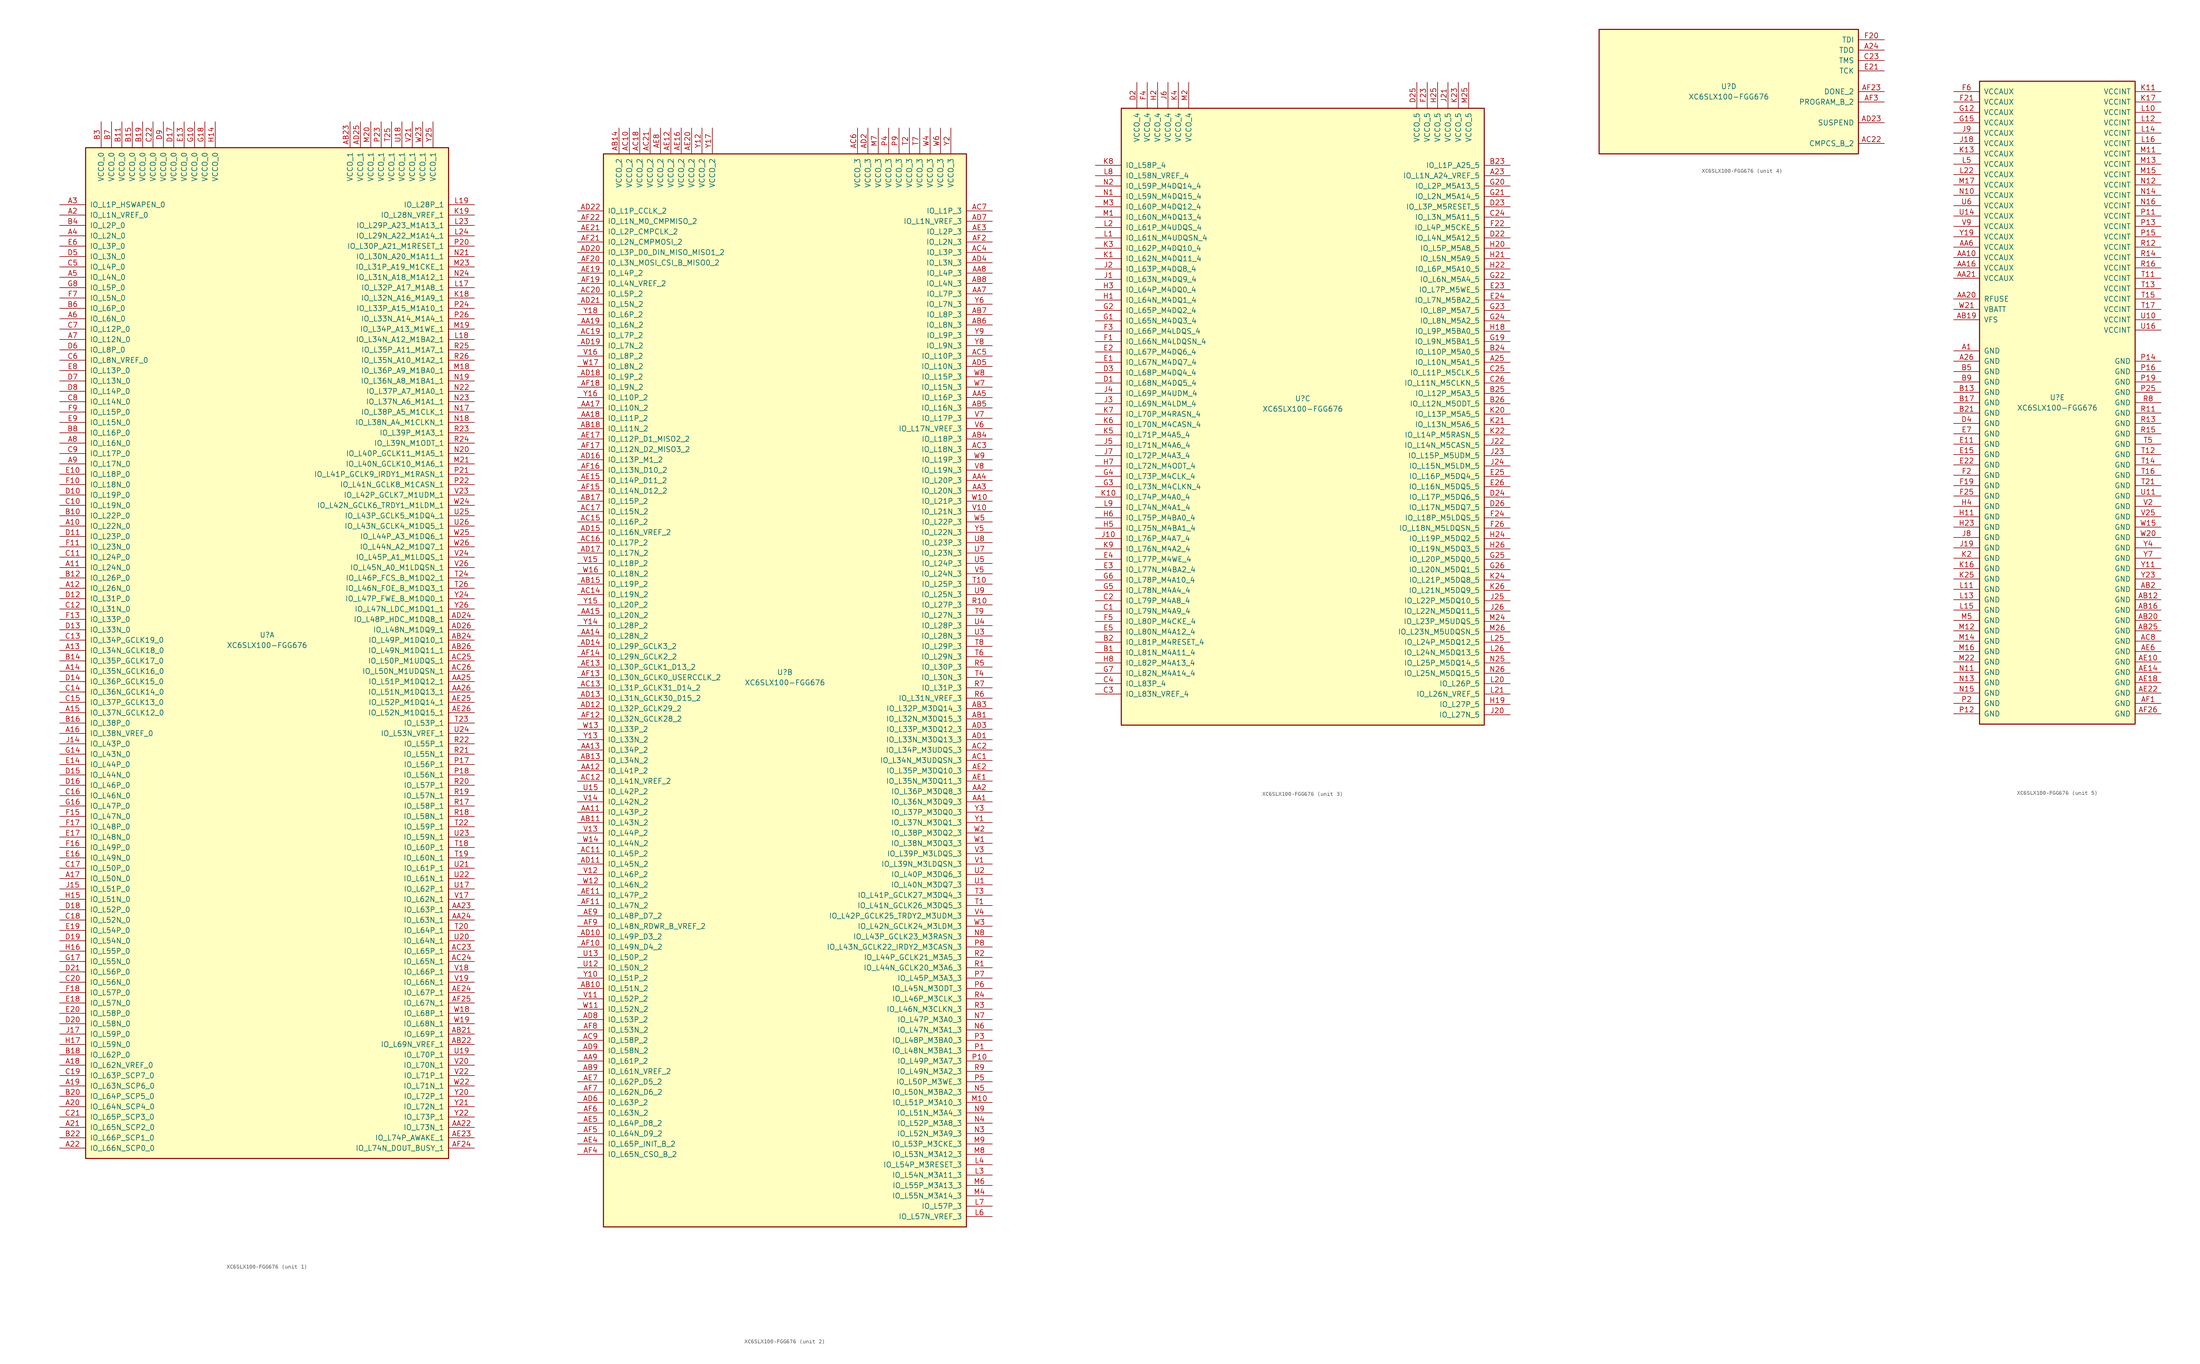
<source format=kicad_sym>
(kicad_symbol_lib
  (version 20201005)
  (generator kicad_symbol_editor)
  (symbol "FPGA_Xilinx_Spartan6:XC6SLX100-FGG676"
    (pin_names
      (offset 1.016))
    (property "Reference" "U"
      (at 0 1.27 0)
      (effects (font (size 1.27 1.27))))
    (property "Value" "XC6SLX100-FGG676"
      (at 0 -1.27 0)
      (effects (font (size 1.27 1.27))))
    (property "Datasheet" ""
      (at 0 0 0)
      (effects (font (size 1.27 1.27))))
    (property "ki_locked" ""
      (at 0 0 0)
      (effects (font (size 1.27 1.27))))
    (symbol "XC6SLX100-FGG676_1_1"
      (rectangle (start -44.45 120.65) (end 44.45 -127) (stroke (width 0.254)) (fill (type background)))
      (pin power_in line (at -40.64 127 270) (length 6.35) (name "VCCO_0" (effects (font (size 1.27 1.27)))) (number "B3" (effects (font (size 1.27 1.27)))))
      (pin power_in line (at -38.1 127 270) (length 6.35) (name "VCCO_0" (effects (font (size 1.27 1.27)))) (number "B7" (effects (font (size 1.27 1.27)))))
      (pin power_in line (at -35.56 127 270) (length 6.35) (name "VCCO_0" (effects (font (size 1.27 1.27)))) (number "B11" (effects (font (size 1.27 1.27)))))
      (pin power_in line (at -33.02 127 270) (length 6.35) (name "VCCO_0" (effects (font (size 1.27 1.27)))) (number "B15" (effects (font (size 1.27 1.27)))))
      (pin power_in line (at -30.48 127 270) (length 6.35) (name "VCCO_0" (effects (font (size 1.27 1.27)))) (number "B19" (effects (font (size 1.27 1.27)))))
      (pin power_in line (at -27.94 127 270) (length 6.35) (name "VCCO_0" (effects (font (size 1.27 1.27)))) (number "C22" (effects (font (size 1.27 1.27)))))
      (pin power_in line (at -25.4 127 270) (length 6.35) (name "VCCO_0" (effects (font (size 1.27 1.27)))) (number "D9" (effects (font (size 1.27 1.27)))))
      (pin power_in line (at -22.86 127 270) (length 6.35) (name "VCCO_0" (effects (font (size 1.27 1.27)))) (number "D17" (effects (font (size 1.27 1.27)))))
      (pin power_in line (at -20.32 127 270) (length 6.35) (name "VCCO_0" (effects (font (size 1.27 1.27)))) (number "E13" (effects (font (size 1.27 1.27)))))
      (pin power_in line (at -17.78 127 270) (length 6.35) (name "VCCO_0" (effects (font (size 1.27 1.27)))) (number "G10" (effects (font (size 1.27 1.27)))))
      (pin power_in line (at -15.24 127 270) (length 6.35) (name "VCCO_0" (effects (font (size 1.27 1.27)))) (number "G18" (effects (font (size 1.27 1.27)))))
      (pin power_in line (at -12.7 127 270) (length 6.35) (name "VCCO_0" (effects (font (size 1.27 1.27)))) (number "H14" (effects (font (size 1.27 1.27)))))
      (pin bidirectional line (at -50.8 106.68 0) (length 6.35) (name "IO_L1P_HSWAPEN_0" (effects (font (size 1.27 1.27)))) (number "A3" (effects (font (size 1.27 1.27)))))
      (pin bidirectional line (at -50.8 104.14 0) (length 6.35) (name "IO_L1N_VREF_0" (effects (font (size 1.27 1.27)))) (number "A2" (effects (font (size 1.27 1.27)))))
      (pin bidirectional line (at -50.8 101.6 0) (length 6.35) (name "IO_L2P_0" (effects (font (size 1.27 1.27)))) (number "B4" (effects (font (size 1.27 1.27)))))
      (pin bidirectional line (at -50.8 99.06 0) (length 6.35) (name "IO_L2N_0" (effects (font (size 1.27 1.27)))) (number "A4" (effects (font (size 1.27 1.27)))))
      (pin bidirectional line (at -50.8 96.52 0) (length 6.35) (name "IO_L3P_0" (effects (font (size 1.27 1.27)))) (number "E6" (effects (font (size 1.27 1.27)))))
      (pin bidirectional line (at -50.8 93.98 0) (length 6.35) (name "IO_L3N_0" (effects (font (size 1.27 1.27)))) (number "D5" (effects (font (size 1.27 1.27)))))
      (pin bidirectional line (at -50.8 91.44 0) (length 6.35) (name "IO_L4P_0" (effects (font (size 1.27 1.27)))) (number "C5" (effects (font (size 1.27 1.27)))))
      (pin bidirectional line (at -50.8 88.9 0) (length 6.35) (name "IO_L4N_0" (effects (font (size 1.27 1.27)))) (number "A5" (effects (font (size 1.27 1.27)))))
      (pin bidirectional line (at -50.8 86.36 0) (length 6.35) (name "IO_L5P_0" (effects (font (size 1.27 1.27)))) (number "G8" (effects (font (size 1.27 1.27)))))
      (pin bidirectional line (at -50.8 83.82 0) (length 6.35) (name "IO_L5N_0" (effects (font (size 1.27 1.27)))) (number "F7" (effects (font (size 1.27 1.27)))))
      (pin bidirectional line (at -50.8 81.28 0) (length 6.35) (name "IO_L6P_0" (effects (font (size 1.27 1.27)))) (number "B6" (effects (font (size 1.27 1.27)))))
      (pin bidirectional line (at -50.8 78.74 0) (length 6.35) (name "IO_L6N_0" (effects (font (size 1.27 1.27)))) (number "A6" (effects (font (size 1.27 1.27)))))
      (pin bidirectional line (at -50.8 76.2 0) (length 6.35) (name "IO_L12P_0" (effects (font (size 1.27 1.27)))) (number "C7" (effects (font (size 1.27 1.27)))))
      (pin bidirectional line (at -50.8 73.66 0) (length 6.35) (name "IO_L12N_0" (effects (font (size 1.27 1.27)))) (number "A7" (effects (font (size 1.27 1.27)))))
      (pin bidirectional line (at -50.8 71.12 0) (length 6.35) (name "IO_L8P_0" (effects (font (size 1.27 1.27)))) (number "D6" (effects (font (size 1.27 1.27)))))
      (pin bidirectional line (at -50.8 68.58 0) (length 6.35) (name "IO_L8N_VREF_0" (effects (font (size 1.27 1.27)))) (number "C6" (effects (font (size 1.27 1.27)))))
      (pin bidirectional line (at -50.8 66.04 0) (length 6.35) (name "IO_L13P_0" (effects (font (size 1.27 1.27)))) (number "E8" (effects (font (size 1.27 1.27)))))
      (pin bidirectional line (at -50.8 63.5 0) (length 6.35) (name "IO_L13N_0" (effects (font (size 1.27 1.27)))) (number "D7" (effects (font (size 1.27 1.27)))))
      (pin bidirectional line (at -50.8 60.96 0) (length 6.35) (name "IO_L14P_0" (effects (font (size 1.27 1.27)))) (number "D8" (effects (font (size 1.27 1.27)))))
      (pin bidirectional line (at -50.8 58.42 0) (length 6.35) (name "IO_L14N_0" (effects (font (size 1.27 1.27)))) (number "C8" (effects (font (size 1.27 1.27)))))
      (pin bidirectional line (at -50.8 55.88 0) (length 6.35) (name "IO_L15P_0" (effects (font (size 1.27 1.27)))) (number "F9" (effects (font (size 1.27 1.27)))))
      (pin bidirectional line (at -50.8 53.34 0) (length 6.35) (name "IO_L15N_0" (effects (font (size 1.27 1.27)))) (number "E9" (effects (font (size 1.27 1.27)))))
      (pin bidirectional line (at -50.8 50.8 0) (length 6.35) (name "IO_L16P_0" (effects (font (size 1.27 1.27)))) (number "B8" (effects (font (size 1.27 1.27)))))
      (pin bidirectional line (at -50.8 48.26 0) (length 6.35) (name "IO_L16N_0" (effects (font (size 1.27 1.27)))) (number "A8" (effects (font (size 1.27 1.27)))))
      (pin bidirectional line (at -50.8 45.72 0) (length 6.35) (name "IO_L17P_0" (effects (font (size 1.27 1.27)))) (number "C9" (effects (font (size 1.27 1.27)))))
      (pin bidirectional line (at -50.8 43.18 0) (length 6.35) (name "IO_L17N_0" (effects (font (size 1.27 1.27)))) (number "A9" (effects (font (size 1.27 1.27)))))
      (pin bidirectional line (at -50.8 40.64 0) (length 6.35) (name "IO_L18P_0" (effects (font (size 1.27 1.27)))) (number "E10" (effects (font (size 1.27 1.27)))))
      (pin bidirectional line (at -50.8 38.1 0) (length 6.35) (name "IO_L18N_0" (effects (font (size 1.27 1.27)))) (number "F10" (effects (font (size 1.27 1.27)))))
      (pin bidirectional line (at -50.8 35.56 0) (length 6.35) (name "IO_L19P_0" (effects (font (size 1.27 1.27)))) (number "D10" (effects (font (size 1.27 1.27)))))
      (pin bidirectional line (at -50.8 33.02 0) (length 6.35) (name "IO_L19N_0" (effects (font (size 1.27 1.27)))) (number "C10" (effects (font (size 1.27 1.27)))))
      (pin bidirectional line (at -50.8 30.48 0) (length 6.35) (name "IO_L22P_0" (effects (font (size 1.27 1.27)))) (number "B10" (effects (font (size 1.27 1.27)))))
      (pin bidirectional line (at -50.8 27.94 0) (length 6.35) (name "IO_L22N_0" (effects (font (size 1.27 1.27)))) (number "A10" (effects (font (size 1.27 1.27)))))
      (pin bidirectional line (at -50.8 25.4 0) (length 6.35) (name "IO_L23P_0" (effects (font (size 1.27 1.27)))) (number "D11" (effects (font (size 1.27 1.27)))))
      (pin bidirectional line (at -50.8 22.86 0) (length 6.35) (name "IO_L23N_0" (effects (font (size 1.27 1.27)))) (number "F11" (effects (font (size 1.27 1.27)))))
      (pin bidirectional line (at -50.8 20.32 0) (length 6.35) (name "IO_L24P_0" (effects (font (size 1.27 1.27)))) (number "C11" (effects (font (size 1.27 1.27)))))
      (pin bidirectional line (at -50.8 17.78 0) (length 6.35) (name "IO_L24N_0" (effects (font (size 1.27 1.27)))) (number "A11" (effects (font (size 1.27 1.27)))))
      (pin bidirectional line (at -50.8 15.24 0) (length 6.35) (name "IO_L26P_0" (effects (font (size 1.27 1.27)))) (number "B12" (effects (font (size 1.27 1.27)))))
      (pin bidirectional line (at -50.8 12.7 0) (length 6.35) (name "IO_L26N_0" (effects (font (size 1.27 1.27)))) (number "A12" (effects (font (size 1.27 1.27)))))
      (pin bidirectional line (at -50.8 10.16 0) (length 6.35) (name "IO_L31P_0" (effects (font (size 1.27 1.27)))) (number "D12" (effects (font (size 1.27 1.27)))))
      (pin bidirectional line (at -50.8 7.62 0) (length 6.35) (name "IO_L31N_0" (effects (font (size 1.27 1.27)))) (number "C12" (effects (font (size 1.27 1.27)))))
      (pin bidirectional line (at -50.8 5.08 0) (length 6.35) (name "IO_L33P_0" (effects (font (size 1.27 1.27)))) (number "F13" (effects (font (size 1.27 1.27)))))
      (pin bidirectional line (at -50.8 2.54 0) (length 6.35) (name "IO_L33N_0" (effects (font (size 1.27 1.27)))) (number "D13" (effects (font (size 1.27 1.27)))))
      (pin bidirectional line (at -50.8 0 0) (length 6.35) (name "IO_L34P_GCLK19_0" (effects (font (size 1.27 1.27)))) (number "C13" (effects (font (size 1.27 1.27)))))
      (pin bidirectional line (at -50.8 -2.54 0) (length 6.35) (name "IO_L34N_GCLK18_0" (effects (font (size 1.27 1.27)))) (number "A13" (effects (font (size 1.27 1.27)))))
      (pin bidirectional line (at -50.8 -5.08 0) (length 6.35) (name "IO_L35P_GCLK17_0" (effects (font (size 1.27 1.27)))) (number "B14" (effects (font (size 1.27 1.27)))))
      (pin bidirectional line (at -50.8 -7.62 0) (length 6.35) (name "IO_L35N_GCLK16_0" (effects (font (size 1.27 1.27)))) (number "A14" (effects (font (size 1.27 1.27)))))
      (pin bidirectional line (at -50.8 -10.16 0) (length 6.35) (name "IO_L36P_GCLK15_0" (effects (font (size 1.27 1.27)))) (number "D14" (effects (font (size 1.27 1.27)))))
      (pin bidirectional line (at -50.8 -12.7 0) (length 6.35) (name "IO_L36N_GCLK14_0" (effects (font (size 1.27 1.27)))) (number "C14" (effects (font (size 1.27 1.27)))))
      (pin bidirectional line (at -50.8 -15.24 0) (length 6.35) (name "IO_L37P_GCLK13_0" (effects (font (size 1.27 1.27)))) (number "C15" (effects (font (size 1.27 1.27)))))
      (pin bidirectional line (at -50.8 -17.78 0) (length 6.35) (name "IO_L37N_GCLK12_0" (effects (font (size 1.27 1.27)))) (number "A15" (effects (font (size 1.27 1.27)))))
      (pin bidirectional line (at -50.8 -20.32 0) (length 6.35) (name "IO_L38P_0" (effects (font (size 1.27 1.27)))) (number "B16" (effects (font (size 1.27 1.27)))))
      (pin bidirectional line (at -50.8 -22.86 0) (length 6.35) (name "IO_L38N_VREF_0" (effects (font (size 1.27 1.27)))) (number "A16" (effects (font (size 1.27 1.27)))))
      (pin bidirectional line (at -50.8 -25.4 0) (length 6.35) (name "IO_L43P_0" (effects (font (size 1.27 1.27)))) (number "J14" (effects (font (size 1.27 1.27)))))
      (pin bidirectional line (at -50.8 -27.94 0) (length 6.35) (name "IO_L43N_0" (effects (font (size 1.27 1.27)))) (number "G14" (effects (font (size 1.27 1.27)))))
      (pin bidirectional line (at -50.8 -30.48 0) (length 6.35) (name "IO_L44P_0" (effects (font (size 1.27 1.27)))) (number "E14" (effects (font (size 1.27 1.27)))))
      (pin bidirectional line (at -50.8 -33.02 0) (length 6.35) (name "IO_L44N_0" (effects (font (size 1.27 1.27)))) (number "D15" (effects (font (size 1.27 1.27)))))
      (pin bidirectional line (at -50.8 -35.56 0) (length 6.35) (name "IO_L46P_0" (effects (font (size 1.27 1.27)))) (number "D16" (effects (font (size 1.27 1.27)))))
      (pin bidirectional line (at -50.8 -38.1 0) (length 6.35) (name "IO_L46N_0" (effects (font (size 1.27 1.27)))) (number "C16" (effects (font (size 1.27 1.27)))))
      (pin bidirectional line (at -50.8 -40.64 0) (length 6.35) (name "IO_L47P_0" (effects (font (size 1.27 1.27)))) (number "G16" (effects (font (size 1.27 1.27)))))
      (pin bidirectional line (at -50.8 -43.18 0) (length 6.35) (name "IO_L47N_0" (effects (font (size 1.27 1.27)))) (number "F15" (effects (font (size 1.27 1.27)))))
      (pin bidirectional line (at -50.8 -45.72 0) (length 6.35) (name "IO_L48P_0" (effects (font (size 1.27 1.27)))) (number "F17" (effects (font (size 1.27 1.27)))))
      (pin bidirectional line (at -50.8 -48.26 0) (length 6.35) (name "IO_L48N_0" (effects (font (size 1.27 1.27)))) (number "E17" (effects (font (size 1.27 1.27)))))
      (pin bidirectional line (at -50.8 -50.8 0) (length 6.35) (name "IO_L49P_0" (effects (font (size 1.27 1.27)))) (number "F16" (effects (font (size 1.27 1.27)))))
      (pin bidirectional line (at -50.8 -53.34 0) (length 6.35) (name "IO_L49N_0" (effects (font (size 1.27 1.27)))) (number "E16" (effects (font (size 1.27 1.27)))))
      (pin bidirectional line (at -50.8 -55.88 0) (length 6.35) (name "IO_L50P_0" (effects (font (size 1.27 1.27)))) (number "C17" (effects (font (size 1.27 1.27)))))
      (pin bidirectional line (at -50.8 -58.42 0) (length 6.35) (name "IO_L50N_0" (effects (font (size 1.27 1.27)))) (number "A17" (effects (font (size 1.27 1.27)))))
      (pin bidirectional line (at -50.8 -60.96 0) (length 6.35) (name "IO_L51P_0" (effects (font (size 1.27 1.27)))) (number "J15" (effects (font (size 1.27 1.27)))))
      (pin bidirectional line (at -50.8 -63.5 0) (length 6.35) (name "IO_L51N_0" (effects (font (size 1.27 1.27)))) (number "H15" (effects (font (size 1.27 1.27)))))
      (pin bidirectional line (at -50.8 -66.04 0) (length 6.35) (name "IO_L52P_0" (effects (font (size 1.27 1.27)))) (number "D18" (effects (font (size 1.27 1.27)))))
      (pin bidirectional line (at -50.8 -68.58 0) (length 6.35) (name "IO_L52N_0" (effects (font (size 1.27 1.27)))) (number "C18" (effects (font (size 1.27 1.27)))))
      (pin bidirectional line (at -50.8 -71.12 0) (length 6.35) (name "IO_L54P_0" (effects (font (size 1.27 1.27)))) (number "E19" (effects (font (size 1.27 1.27)))))
      (pin bidirectional line (at -50.8 -73.66 0) (length 6.35) (name "IO_L54N_0" (effects (font (size 1.27 1.27)))) (number "D19" (effects (font (size 1.27 1.27)))))
      (pin bidirectional line (at -50.8 -76.2 0) (length 6.35) (name "IO_L55P_0" (effects (font (size 1.27 1.27)))) (number "H16" (effects (font (size 1.27 1.27)))))
      (pin bidirectional line (at -50.8 -78.74 0) (length 6.35) (name "IO_L55N_0" (effects (font (size 1.27 1.27)))) (number "G17" (effects (font (size 1.27 1.27)))))
      (pin bidirectional line (at -50.8 -81.28 0) (length 6.35) (name "IO_L56P_0" (effects (font (size 1.27 1.27)))) (number "D21" (effects (font (size 1.27 1.27)))))
      (pin bidirectional line (at -50.8 -83.82 0) (length 6.35) (name "IO_L56N_0" (effects (font (size 1.27 1.27)))) (number "C20" (effects (font (size 1.27 1.27)))))
      (pin bidirectional line (at -50.8 -86.36 0) (length 6.35) (name "IO_L57P_0" (effects (font (size 1.27 1.27)))) (number "F18" (effects (font (size 1.27 1.27)))))
      (pin bidirectional line (at -50.8 -88.9 0) (length 6.35) (name "IO_L57N_0" (effects (font (size 1.27 1.27)))) (number "E18" (effects (font (size 1.27 1.27)))))
      (pin bidirectional line (at -50.8 -91.44 0) (length 6.35) (name "IO_L58P_0" (effects (font (size 1.27 1.27)))) (number "E20" (effects (font (size 1.27 1.27)))))
      (pin bidirectional line (at -50.8 -93.98 0) (length 6.35) (name "IO_L58N_0" (effects (font (size 1.27 1.27)))) (number "D20" (effects (font (size 1.27 1.27)))))
      (pin bidirectional line (at -50.8 -96.52 0) (length 6.35) (name "IO_L59P_0" (effects (font (size 1.27 1.27)))) (number "J17" (effects (font (size 1.27 1.27)))))
      (pin bidirectional line (at -50.8 -99.06 0) (length 6.35) (name "IO_L59N_0" (effects (font (size 1.27 1.27)))) (number "H17" (effects (font (size 1.27 1.27)))))
      (pin bidirectional line (at -50.8 -101.6 0) (length 6.35) (name "IO_L62P_0" (effects (font (size 1.27 1.27)))) (number "B18" (effects (font (size 1.27 1.27)))))
      (pin bidirectional line (at -50.8 -104.14 0) (length 6.35) (name "IO_L62N_VREF_0" (effects (font (size 1.27 1.27)))) (number "A18" (effects (font (size 1.27 1.27)))))
      (pin bidirectional line (at -50.8 -106.68 0) (length 6.35) (name "IO_L63P_SCP7_0" (effects (font (size 1.27 1.27)))) (number "C19" (effects (font (size 1.27 1.27)))))
      (pin bidirectional line (at -50.8 -109.22 0) (length 6.35) (name "IO_L63N_SCP6_0" (effects (font (size 1.27 1.27)))) (number "A19" (effects (font (size 1.27 1.27)))))
      (pin bidirectional line (at -50.8 -111.76 0) (length 6.35) (name "IO_L64P_SCP5_0" (effects (font (size 1.27 1.27)))) (number "B20" (effects (font (size 1.27 1.27)))))
      (pin bidirectional line (at -50.8 -114.3 0) (length 6.35) (name "IO_L64N_SCP4_0" (effects (font (size 1.27 1.27)))) (number "A20" (effects (font (size 1.27 1.27)))))
      (pin bidirectional line (at -50.8 -116.84 0) (length 6.35) (name "IO_L65P_SCP3_0" (effects (font (size 1.27 1.27)))) (number "C21" (effects (font (size 1.27 1.27)))))
      (pin bidirectional line (at -50.8 -119.38 0) (length 6.35) (name "IO_L65N_SCP2_0" (effects (font (size 1.27 1.27)))) (number "A21" (effects (font (size 1.27 1.27)))))
      (pin bidirectional line (at -50.8 -121.92 0) (length 6.35) (name "IO_L66P_SCP1_0" (effects (font (size 1.27 1.27)))) (number "B22" (effects (font (size 1.27 1.27)))))
      (pin bidirectional line (at -50.8 -124.46 0) (length 6.35) (name "IO_L66N_SCP0_0" (effects (font (size 1.27 1.27)))) (number "A22" (effects (font (size 1.27 1.27)))))
      (pin power_in line (at 20.32 127 270) (length 6.35) (name "VCCO_1" (effects (font (size 1.27 1.27)))) (number "AB23" (effects (font (size 1.27 1.27)))))
      (pin power_in line (at 22.86 127 270) (length 6.35) (name "VCCO_1" (effects (font (size 1.27 1.27)))) (number "AD25" (effects (font (size 1.27 1.27)))))
      (pin power_in line (at 25.4 127 270) (length 6.35) (name "VCCO_1" (effects (font (size 1.27 1.27)))) (number "M20" (effects (font (size 1.27 1.27)))))
      (pin power_in line (at 27.94 127 270) (length 6.35) (name "VCCO_1" (effects (font (size 1.27 1.27)))) (number "P23" (effects (font (size 1.27 1.27)))))
      (pin power_in line (at 30.48 127 270) (length 6.35) (name "VCCO_1" (effects (font (size 1.27 1.27)))) (number "T25" (effects (font (size 1.27 1.27)))))
      (pin power_in line (at 33.02 127 270) (length 6.35) (name "VCCO_1" (effects (font (size 1.27 1.27)))) (number "U18" (effects (font (size 1.27 1.27)))))
      (pin power_in line (at 35.56 127 270) (length 6.35) (name "VCCO_1" (effects (font (size 1.27 1.27)))) (number "V21" (effects (font (size 1.27 1.27)))))
      (pin power_in line (at 38.1 127 270) (length 6.35) (name "VCCO_1" (effects (font (size 1.27 1.27)))) (number "W23" (effects (font (size 1.27 1.27)))))
      (pin power_in line (at 40.64 127 270) (length 6.35) (name "VCCO_1" (effects (font (size 1.27 1.27)))) (number "Y25" (effects (font (size 1.27 1.27)))))
      (pin bidirectional line (at 50.8 106.68 180) (length 6.35) (name "IO_L28P_1" (effects (font (size 1.27 1.27)))) (number "L19" (effects (font (size 1.27 1.27)))))
      (pin bidirectional line (at 50.8 104.14 180) (length 6.35) (name "IO_L28N_VREF_1" (effects (font (size 1.27 1.27)))) (number "K19" (effects (font (size 1.27 1.27)))))
      (pin bidirectional line (at 50.8 101.6 180) (length 6.35) (name "IO_L29P_A23_M1A13_1" (effects (font (size 1.27 1.27)))) (number "L23" (effects (font (size 1.27 1.27)))))
      (pin bidirectional line (at 50.8 99.06 180) (length 6.35) (name "IO_L29N_A22_M1A14_1" (effects (font (size 1.27 1.27)))) (number "L24" (effects (font (size 1.27 1.27)))))
      (pin bidirectional line (at 50.8 96.52 180) (length 6.35) (name "IO_L30P_A21_M1RESET_1" (effects (font (size 1.27 1.27)))) (number "P20" (effects (font (size 1.27 1.27)))))
      (pin bidirectional line (at 50.8 93.98 180) (length 6.35) (name "IO_L30N_A20_M1A11_1" (effects (font (size 1.27 1.27)))) (number "N21" (effects (font (size 1.27 1.27)))))
      (pin bidirectional line (at 50.8 91.44 180) (length 6.35) (name "IO_L31P_A19_M1CKE_1" (effects (font (size 1.27 1.27)))) (number "M23" (effects (font (size 1.27 1.27)))))
      (pin bidirectional line (at 50.8 88.9 180) (length 6.35) (name "IO_L31N_A18_M1A12_1" (effects (font (size 1.27 1.27)))) (number "N24" (effects (font (size 1.27 1.27)))))
      (pin bidirectional line (at 50.8 86.36 180) (length 6.35) (name "IO_L32P_A17_M1A8_1" (effects (font (size 1.27 1.27)))) (number "L17" (effects (font (size 1.27 1.27)))))
      (pin bidirectional line (at 50.8 83.82 180) (length 6.35) (name "IO_L32N_A16_M1A9_1" (effects (font (size 1.27 1.27)))) (number "K18" (effects (font (size 1.27 1.27)))))
      (pin bidirectional line (at 50.8 81.28 180) (length 6.35) (name "IO_L33P_A15_M1A10_1" (effects (font (size 1.27 1.27)))) (number "P24" (effects (font (size 1.27 1.27)))))
      (pin bidirectional line (at 50.8 78.74 180) (length 6.35) (name "IO_L33N_A14_M1A4_1" (effects (font (size 1.27 1.27)))) (number "P26" (effects (font (size 1.27 1.27)))))
      (pin bidirectional line (at 50.8 76.2 180) (length 6.35) (name "IO_L34P_A13_M1WE_1" (effects (font (size 1.27 1.27)))) (number "M19" (effects (font (size 1.27 1.27)))))
      (pin bidirectional line (at 50.8 73.66 180) (length 6.35) (name "IO_L34N_A12_M1BA2_1" (effects (font (size 1.27 1.27)))) (number "L18" (effects (font (size 1.27 1.27)))))
      (pin bidirectional line (at 50.8 71.12 180) (length 6.35) (name "IO_L35P_A11_M1A7_1" (effects (font (size 1.27 1.27)))) (number "R25" (effects (font (size 1.27 1.27)))))
      (pin bidirectional line (at 50.8 68.58 180) (length 6.35) (name "IO_L35N_A10_M1A2_1" (effects (font (size 1.27 1.27)))) (number "R26" (effects (font (size 1.27 1.27)))))
      (pin bidirectional line (at 50.8 66.04 180) (length 6.35) (name "IO_L36P_A9_M1BA0_1" (effects (font (size 1.27 1.27)))) (number "M18" (effects (font (size 1.27 1.27)))))
      (pin bidirectional line (at 50.8 63.5 180) (length 6.35) (name "IO_L36N_A8_M1BA1_1" (effects (font (size 1.27 1.27)))) (number "N19" (effects (font (size 1.27 1.27)))))
      (pin bidirectional line (at 50.8 60.96 180) (length 6.35) (name "IO_L37P_A7_M1A0_1" (effects (font (size 1.27 1.27)))) (number "N22" (effects (font (size 1.27 1.27)))))
      (pin bidirectional line (at 50.8 58.42 180) (length 6.35) (name "IO_L37N_A6_M1A1_1" (effects (font (size 1.27 1.27)))) (number "N23" (effects (font (size 1.27 1.27)))))
      (pin bidirectional line (at 50.8 55.88 180) (length 6.35) (name "IO_L38P_A5_M1CLK_1" (effects (font (size 1.27 1.27)))) (number "N17" (effects (font (size 1.27 1.27)))))
      (pin bidirectional line (at 50.8 53.34 180) (length 6.35) (name "IO_L38N_A4_M1CLKN_1" (effects (font (size 1.27 1.27)))) (number "N18" (effects (font (size 1.27 1.27)))))
      (pin bidirectional line (at 50.8 50.8 180) (length 6.35) (name "IO_L39P_M1A3_1" (effects (font (size 1.27 1.27)))) (number "R23" (effects (font (size 1.27 1.27)))))
      (pin bidirectional line (at 50.8 48.26 180) (length 6.35) (name "IO_L39N_M1ODT_1" (effects (font (size 1.27 1.27)))) (number "R24" (effects (font (size 1.27 1.27)))))
      (pin bidirectional line (at 50.8 45.72 180) (length 6.35) (name "IO_L40P_GCLK11_M1A5_1" (effects (font (size 1.27 1.27)))) (number "N20" (effects (font (size 1.27 1.27)))))
      (pin bidirectional line (at 50.8 43.18 180) (length 6.35) (name "IO_L40N_GCLK10_M1A6_1" (effects (font (size 1.27 1.27)))) (number "M21" (effects (font (size 1.27 1.27)))))
      (pin bidirectional line (at 50.8 40.64 180) (length 6.35) (name "IO_L41P_GCLK9_IRDY1_M1RASN_1" (effects (font (size 1.27 1.27)))) (number "P21" (effects (font (size 1.27 1.27)))))
      (pin bidirectional line (at 50.8 38.1 180) (length 6.35) (name "IO_L41N_GCLK8_M1CASN_1" (effects (font (size 1.27 1.27)))) (number "P22" (effects (font (size 1.27 1.27)))))
      (pin bidirectional line (at 50.8 35.56 180) (length 6.35) (name "IO_L42P_GCLK7_M1UDM_1" (effects (font (size 1.27 1.27)))) (number "V23" (effects (font (size 1.27 1.27)))))
      (pin bidirectional line (at 50.8 33.02 180) (length 6.35) (name "IO_L42N_GCLK6_TRDY1_M1LDM_1" (effects (font (size 1.27 1.27)))) (number "W24" (effects (font (size 1.27 1.27)))))
      (pin bidirectional line (at 50.8 30.48 180) (length 6.35) (name "IO_L43P_GCLK5_M1DQ4_1" (effects (font (size 1.27 1.27)))) (number "U25" (effects (font (size 1.27 1.27)))))
      (pin bidirectional line (at 50.8 27.94 180) (length 6.35) (name "IO_L43N_GCLK4_M1DQ5_1" (effects (font (size 1.27 1.27)))) (number "U26" (effects (font (size 1.27 1.27)))))
      (pin bidirectional line (at 50.8 25.4 180) (length 6.35) (name "IO_L44P_A3_M1DQ6_1" (effects (font (size 1.27 1.27)))) (number "W25" (effects (font (size 1.27 1.27)))))
      (pin bidirectional line (at 50.8 22.86 180) (length 6.35) (name "IO_L44N_A2_M1DQ7_1" (effects (font (size 1.27 1.27)))) (number "W26" (effects (font (size 1.27 1.27)))))
      (pin bidirectional line (at 50.8 20.32 180) (length 6.35) (name "IO_L45P_A1_M1LDQS_1" (effects (font (size 1.27 1.27)))) (number "V24" (effects (font (size 1.27 1.27)))))
      (pin bidirectional line (at 50.8 17.78 180) (length 6.35) (name "IO_L45N_A0_M1LDQSN_1" (effects (font (size 1.27 1.27)))) (number "V26" (effects (font (size 1.27 1.27)))))
      (pin bidirectional line (at 50.8 15.24 180) (length 6.35) (name "IO_L46P_FCS_B_M1DQ2_1" (effects (font (size 1.27 1.27)))) (number "T24" (effects (font (size 1.27 1.27)))))
      (pin bidirectional line (at 50.8 12.7 180) (length 6.35) (name "IO_L46N_FOE_B_M1DQ3_1" (effects (font (size 1.27 1.27)))) (number "T26" (effects (font (size 1.27 1.27)))))
      (pin bidirectional line (at 50.8 10.16 180) (length 6.35) (name "IO_L47P_FWE_B_M1DQ0_1" (effects (font (size 1.27 1.27)))) (number "Y24" (effects (font (size 1.27 1.27)))))
      (pin bidirectional line (at 50.8 7.62 180) (length 6.35) (name "IO_L47N_LDC_M1DQ1_1" (effects (font (size 1.27 1.27)))) (number "Y26" (effects (font (size 1.27 1.27)))))
      (pin bidirectional line (at 50.8 5.08 180) (length 6.35) (name "IO_L48P_HDC_M1DQ8_1" (effects (font (size 1.27 1.27)))) (number "AD24" (effects (font (size 1.27 1.27)))))
      (pin bidirectional line (at 50.8 2.54 180) (length 6.35) (name "IO_L48N_M1DQ9_1" (effects (font (size 1.27 1.27)))) (number "AD26" (effects (font (size 1.27 1.27)))))
      (pin bidirectional line (at 50.8 0 180) (length 6.35) (name "IO_L49P_M1DQ10_1" (effects (font (size 1.27 1.27)))) (number "AB24" (effects (font (size 1.27 1.27)))))
      (pin bidirectional line (at 50.8 -2.54 180) (length 6.35) (name "IO_L49N_M1DQ11_1" (effects (font (size 1.27 1.27)))) (number "AB26" (effects (font (size 1.27 1.27)))))
      (pin bidirectional line (at 50.8 -5.08 180) (length 6.35) (name "IO_L50P_M1UDQS_1" (effects (font (size 1.27 1.27)))) (number "AC25" (effects (font (size 1.27 1.27)))))
      (pin bidirectional line (at 50.8 -7.62 180) (length 6.35) (name "IO_L50N_M1UDQSN_1" (effects (font (size 1.27 1.27)))) (number "AC26" (effects (font (size 1.27 1.27)))))
      (pin bidirectional line (at 50.8 -10.16 180) (length 6.35) (name "IO_L51P_M1DQ12_1" (effects (font (size 1.27 1.27)))) (number "AA25" (effects (font (size 1.27 1.27)))))
      (pin bidirectional line (at 50.8 -12.7 180) (length 6.35) (name "IO_L51N_M1DQ13_1" (effects (font (size 1.27 1.27)))) (number "AA26" (effects (font (size 1.27 1.27)))))
      (pin bidirectional line (at 50.8 -15.24 180) (length 6.35) (name "IO_L52P_M1DQ14_1" (effects (font (size 1.27 1.27)))) (number "AE25" (effects (font (size 1.27 1.27)))))
      (pin bidirectional line (at 50.8 -17.78 180) (length 6.35) (name "IO_L52N_M1DQ15_1" (effects (font (size 1.27 1.27)))) (number "AE26" (effects (font (size 1.27 1.27)))))
      (pin bidirectional line (at 50.8 -20.32 180) (length 6.35) (name "IO_L53P_1" (effects (font (size 1.27 1.27)))) (number "T23" (effects (font (size 1.27 1.27)))))
      (pin bidirectional line (at 50.8 -22.86 180) (length 6.35) (name "IO_L53N_VREF_1" (effects (font (size 1.27 1.27)))) (number "U24" (effects (font (size 1.27 1.27)))))
      (pin bidirectional line (at 50.8 -25.4 180) (length 6.35) (name "IO_L55P_1" (effects (font (size 1.27 1.27)))) (number "R22" (effects (font (size 1.27 1.27)))))
      (pin bidirectional line (at 50.8 -27.94 180) (length 6.35) (name "IO_L55N_1" (effects (font (size 1.27 1.27)))) (number "R21" (effects (font (size 1.27 1.27)))))
      (pin bidirectional line (at 50.8 -30.48 180) (length 6.35) (name "IO_L56P_1" (effects (font (size 1.27 1.27)))) (number "P17" (effects (font (size 1.27 1.27)))))
      (pin bidirectional line (at 50.8 -33.02 180) (length 6.35) (name "IO_L56N_1" (effects (font (size 1.27 1.27)))) (number "P18" (effects (font (size 1.27 1.27)))))
      (pin bidirectional line (at 50.8 -35.56 180) (length 6.35) (name "IO_L57P_1" (effects (font (size 1.27 1.27)))) (number "R20" (effects (font (size 1.27 1.27)))))
      (pin bidirectional line (at 50.8 -38.1 180) (length 6.35) (name "IO_L57N_1" (effects (font (size 1.27 1.27)))) (number "R19" (effects (font (size 1.27 1.27)))))
      (pin bidirectional line (at 50.8 -40.64 180) (length 6.35) (name "IO_L58P_1" (effects (font (size 1.27 1.27)))) (number "R17" (effects (font (size 1.27 1.27)))))
      (pin bidirectional line (at 50.8 -43.18 180) (length 6.35) (name "IO_L58N_1" (effects (font (size 1.27 1.27)))) (number "R18" (effects (font (size 1.27 1.27)))))
      (pin bidirectional line (at 50.8 -45.72 180) (length 6.35) (name "IO_L59P_1" (effects (font (size 1.27 1.27)))) (number "T22" (effects (font (size 1.27 1.27)))))
      (pin bidirectional line (at 50.8 -48.26 180) (length 6.35) (name "IO_L59N_1" (effects (font (size 1.27 1.27)))) (number "U23" (effects (font (size 1.27 1.27)))))
      (pin bidirectional line (at 50.8 -50.8 180) (length 6.35) (name "IO_L60P_1" (effects (font (size 1.27 1.27)))) (number "T18" (effects (font (size 1.27 1.27)))))
      (pin bidirectional line (at 50.8 -53.34 180) (length 6.35) (name "IO_L60N_1" (effects (font (size 1.27 1.27)))) (number "T19" (effects (font (size 1.27 1.27)))))
      (pin bidirectional line (at 50.8 -55.88 180) (length 6.35) (name "IO_L61P_1" (effects (font (size 1.27 1.27)))) (number "U21" (effects (font (size 1.27 1.27)))))
      (pin bidirectional line (at 50.8 -58.42 180) (length 6.35) (name "IO_L61N_1" (effects (font (size 1.27 1.27)))) (number "U22" (effects (font (size 1.27 1.27)))))
      (pin bidirectional line (at 50.8 -60.96 180) (length 6.35) (name "IO_L62P_1" (effects (font (size 1.27 1.27)))) (number "U17" (effects (font (size 1.27 1.27)))))
      (pin bidirectional line (at 50.8 -63.5 180) (length 6.35) (name "IO_L62N_1" (effects (font (size 1.27 1.27)))) (number "V17" (effects (font (size 1.27 1.27)))))
      (pin bidirectional line (at 50.8 -66.04 180) (length 6.35) (name "IO_L63P_1" (effects (font (size 1.27 1.27)))) (number "AA23" (effects (font (size 1.27 1.27)))))
      (pin bidirectional line (at 50.8 -68.58 180) (length 6.35) (name "IO_L63N_1" (effects (font (size 1.27 1.27)))) (number "AA24" (effects (font (size 1.27 1.27)))))
      (pin bidirectional line (at 50.8 -71.12 180) (length 6.35) (name "IO_L64P_1" (effects (font (size 1.27 1.27)))) (number "T20" (effects (font (size 1.27 1.27)))))
      (pin bidirectional line (at 50.8 -73.66 180) (length 6.35) (name "IO_L64N_1" (effects (font (size 1.27 1.27)))) (number "U20" (effects (font (size 1.27 1.27)))))
      (pin bidirectional line (at 50.8 -76.2 180) (length 6.35) (name "IO_L65P_1" (effects (font (size 1.27 1.27)))) (number "AC23" (effects (font (size 1.27 1.27)))))
      (pin bidirectional line (at 50.8 -78.74 180) (length 6.35) (name "IO_L65N_1" (effects (font (size 1.27 1.27)))) (number "AC24" (effects (font (size 1.27 1.27)))))
      (pin bidirectional line (at 50.8 -81.28 180) (length 6.35) (name "IO_L66P_1" (effects (font (size 1.27 1.27)))) (number "V18" (effects (font (size 1.27 1.27)))))
      (pin bidirectional line (at 50.8 -83.82 180) (length 6.35) (name "IO_L66N_1" (effects (font (size 1.27 1.27)))) (number "V19" (effects (font (size 1.27 1.27)))))
      (pin bidirectional line (at 50.8 -86.36 180) (length 6.35) (name "IO_L67P_1" (effects (font (size 1.27 1.27)))) (number "AE24" (effects (font (size 1.27 1.27)))))
      (pin bidirectional line (at 50.8 -88.9 180) (length 6.35) (name "IO_L67N_1" (effects (font (size 1.27 1.27)))) (number "AF25" (effects (font (size 1.27 1.27)))))
      (pin bidirectional line (at 50.8 -91.44 180) (length 6.35) (name "IO_L68P_1" (effects (font (size 1.27 1.27)))) (number "W18" (effects (font (size 1.27 1.27)))))
      (pin bidirectional line (at 50.8 -93.98 180) (length 6.35) (name "IO_L68N_1" (effects (font (size 1.27 1.27)))) (number "W19" (effects (font (size 1.27 1.27)))))
      (pin bidirectional line (at 50.8 -96.52 180) (length 6.35) (name "IO_L69P_1" (effects (font (size 1.27 1.27)))) (number "AB21" (effects (font (size 1.27 1.27)))))
      (pin bidirectional line (at 50.8 -99.06 180) (length 6.35) (name "IO_L69N_VREF_1" (effects (font (size 1.27 1.27)))) (number "AB22" (effects (font (size 1.27 1.27)))))
      (pin bidirectional line (at 50.8 -101.6 180) (length 6.35) (name "IO_L70P_1" (effects (font (size 1.27 1.27)))) (number "U19" (effects (font (size 1.27 1.27)))))
      (pin bidirectional line (at 50.8 -104.14 180) (length 6.35) (name "IO_L70N_1" (effects (font (size 1.27 1.27)))) (number "V20" (effects (font (size 1.27 1.27)))))
      (pin bidirectional line (at 50.8 -106.68 180) (length 6.35) (name "IO_L71P_1" (effects (font (size 1.27 1.27)))) (number "V22" (effects (font (size 1.27 1.27)))))
      (pin bidirectional line (at 50.8 -109.22 180) (length 6.35) (name "IO_L71N_1" (effects (font (size 1.27 1.27)))) (number "W22" (effects (font (size 1.27 1.27)))))
      (pin bidirectional line (at 50.8 -111.76 180) (length 6.35) (name "IO_L72P_1" (effects (font (size 1.27 1.27)))) (number "Y20" (effects (font (size 1.27 1.27)))))
      (pin bidirectional line (at 50.8 -114.3 180) (length 6.35) (name "IO_L72N_1" (effects (font (size 1.27 1.27)))) (number "Y21" (effects (font (size 1.27 1.27)))))
      (pin bidirectional line (at 50.8 -116.84 180) (length 6.35) (name "IO_L73P_1" (effects (font (size 1.27 1.27)))) (number "Y22" (effects (font (size 1.27 1.27)))))
      (pin bidirectional line (at 50.8 -119.38 180) (length 6.35) (name "IO_L73N_1" (effects (font (size 1.27 1.27)))) (number "AA22" (effects (font (size 1.27 1.27)))))
      (pin bidirectional line (at 50.8 -121.92 180) (length 6.35) (name "IO_L74P_AWAKE_1" (effects (font (size 1.27 1.27)))) (number "AE23" (effects (font (size 1.27 1.27)))))
      (pin bidirectional line (at 50.8 -124.46 180) (length 6.35) (name "IO_L74N_DOUT_BUSY_1" (effects (font (size 1.27 1.27)))) (number "AF24" (effects (font (size 1.27 1.27))))))
    (symbol "XC6SLX100-FGG676_2_1"
      (rectangle (start -44.45 128.27) (end 44.45 -134.62) (stroke (width 0.254)) (fill (type background)))
      (pin power_in line (at -40.64 134.62 270) (length 6.35) (name "VCCO_2" (effects (font (size 1.27 1.27)))) (number "AB14" (effects (font (size 1.27 1.27)))))
      (pin power_in line (at -38.1 134.62 270) (length 6.35) (name "VCCO_2" (effects (font (size 1.27 1.27)))) (number "AC10" (effects (font (size 1.27 1.27)))))
      (pin power_in line (at -35.56 134.62 270) (length 6.35) (name "VCCO_2" (effects (font (size 1.27 1.27)))) (number "AC18" (effects (font (size 1.27 1.27)))))
      (pin power_in line (at -33.02 134.62 270) (length 6.35) (name "VCCO_2" (effects (font (size 1.27 1.27)))) (number "AC21" (effects (font (size 1.27 1.27)))))
      (pin power_in line (at -30.48 134.62 270) (length 6.35) (name "VCCO_2" (effects (font (size 1.27 1.27)))) (number "AE8" (effects (font (size 1.27 1.27)))))
      (pin power_in line (at -27.94 134.62 270) (length 6.35) (name "VCCO_2" (effects (font (size 1.27 1.27)))) (number "AE12" (effects (font (size 1.27 1.27)))))
      (pin power_in line (at -25.4 134.62 270) (length 6.35) (name "VCCO_2" (effects (font (size 1.27 1.27)))) (number "AE16" (effects (font (size 1.27 1.27)))))
      (pin power_in line (at -22.86 134.62 270) (length 6.35) (name "VCCO_2" (effects (font (size 1.27 1.27)))) (number "AE20" (effects (font (size 1.27 1.27)))))
      (pin power_in line (at -20.32 134.62 270) (length 6.35) (name "VCCO_2" (effects (font (size 1.27 1.27)))) (number "Y12" (effects (font (size 1.27 1.27)))))
      (pin power_in line (at -17.78 134.62 270) (length 6.35) (name "VCCO_2" (effects (font (size 1.27 1.27)))) (number "Y17" (effects (font (size 1.27 1.27)))))
      (pin bidirectional line (at -50.8 114.3 0) (length 6.35) (name "IO_L1P_CCLK_2" (effects (font (size 1.27 1.27)))) (number "AD22" (effects (font (size 1.27 1.27)))))
      (pin bidirectional line (at -50.8 111.76 0) (length 6.35) (name "IO_L1N_M0_CMPMISO_2" (effects (font (size 1.27 1.27)))) (number "AF22" (effects (font (size 1.27 1.27)))))
      (pin bidirectional line (at -50.8 109.22 0) (length 6.35) (name "IO_L2P_CMPCLK_2" (effects (font (size 1.27 1.27)))) (number "AE21" (effects (font (size 1.27 1.27)))))
      (pin bidirectional line (at -50.8 106.68 0) (length 6.35) (name "IO_L2N_CMPMOSI_2" (effects (font (size 1.27 1.27)))) (number "AF21" (effects (font (size 1.27 1.27)))))
      (pin bidirectional line (at -50.8 104.14 0) (length 6.35) (name "IO_L3P_D0_DIN_MISO_MISO1_2" (effects (font (size 1.27 1.27)))) (number "AD20" (effects (font (size 1.27 1.27)))))
      (pin bidirectional line (at -50.8 101.6 0) (length 6.35) (name "IO_L3N_MOSI_CSI_B_MISO0_2" (effects (font (size 1.27 1.27)))) (number "AF20" (effects (font (size 1.27 1.27)))))
      (pin bidirectional line (at -50.8 99.06 0) (length 6.35) (name "IO_L4P_2" (effects (font (size 1.27 1.27)))) (number "AE19" (effects (font (size 1.27 1.27)))))
      (pin bidirectional line (at -50.8 96.52 0) (length 6.35) (name "IO_L4N_VREF_2" (effects (font (size 1.27 1.27)))) (number "AF19" (effects (font (size 1.27 1.27)))))
      (pin bidirectional line (at -50.8 93.98 0) (length 6.35) (name "IO_L5P_2" (effects (font (size 1.27 1.27)))) (number "AC20" (effects (font (size 1.27 1.27)))))
      (pin bidirectional line (at -50.8 91.44 0) (length 6.35) (name "IO_L5N_2" (effects (font (size 1.27 1.27)))) (number "AD21" (effects (font (size 1.27 1.27)))))
      (pin bidirectional line (at -50.8 88.9 0) (length 6.35) (name "IO_L6P_2" (effects (font (size 1.27 1.27)))) (number "Y18" (effects (font (size 1.27 1.27)))))
      (pin bidirectional line (at -50.8 86.36 0) (length 6.35) (name "IO_L6N_2" (effects (font (size 1.27 1.27)))) (number "AA19" (effects (font (size 1.27 1.27)))))
      (pin bidirectional line (at -50.8 83.82 0) (length 6.35) (name "IO_L7P_2" (effects (font (size 1.27 1.27)))) (number "AC19" (effects (font (size 1.27 1.27)))))
      (pin bidirectional line (at -50.8 81.28 0) (length 6.35) (name "IO_L7N_2" (effects (font (size 1.27 1.27)))) (number "AD19" (effects (font (size 1.27 1.27)))))
      (pin bidirectional line (at -50.8 78.74 0) (length 6.35) (name "IO_L8P_2" (effects (font (size 1.27 1.27)))) (number "V16" (effects (font (size 1.27 1.27)))))
      (pin bidirectional line (at -50.8 76.2 0) (length 6.35) (name "IO_L8N_2" (effects (font (size 1.27 1.27)))) (number "W17" (effects (font (size 1.27 1.27)))))
      (pin bidirectional line (at -50.8 73.66 0) (length 6.35) (name "IO_L9P_2" (effects (font (size 1.27 1.27)))) (number "AD18" (effects (font (size 1.27 1.27)))))
      (pin bidirectional line (at -50.8 71.12 0) (length 6.35) (name "IO_L9N_2" (effects (font (size 1.27 1.27)))) (number "AF18" (effects (font (size 1.27 1.27)))))
      (pin bidirectional line (at -50.8 68.58 0) (length 6.35) (name "IO_L10P_2" (effects (font (size 1.27 1.27)))) (number "Y16" (effects (font (size 1.27 1.27)))))
      (pin bidirectional line (at -50.8 66.04 0) (length 6.35) (name "IO_L10N_2" (effects (font (size 1.27 1.27)))) (number "AA17" (effects (font (size 1.27 1.27)))))
      (pin bidirectional line (at -50.8 63.5 0) (length 6.35) (name "IO_L11P_2" (effects (font (size 1.27 1.27)))) (number "AA18" (effects (font (size 1.27 1.27)))))
      (pin bidirectional line (at -50.8 60.96 0) (length 6.35) (name "IO_L11N_2" (effects (font (size 1.27 1.27)))) (number "AB18" (effects (font (size 1.27 1.27)))))
      (pin bidirectional line (at -50.8 58.42 0) (length 6.35) (name "IO_L12P_D1_MISO2_2" (effects (font (size 1.27 1.27)))) (number "AE17" (effects (font (size 1.27 1.27)))))
      (pin bidirectional line (at -50.8 55.88 0) (length 6.35) (name "IO_L12N_D2_MISO3_2" (effects (font (size 1.27 1.27)))) (number "AF17" (effects (font (size 1.27 1.27)))))
      (pin bidirectional line (at -50.8 53.34 0) (length 6.35) (name "IO_L13P_M1_2" (effects (font (size 1.27 1.27)))) (number "AD16" (effects (font (size 1.27 1.27)))))
      (pin bidirectional line (at -50.8 50.8 0) (length 6.35) (name "IO_L13N_D10_2" (effects (font (size 1.27 1.27)))) (number "AF16" (effects (font (size 1.27 1.27)))))
      (pin bidirectional line (at -50.8 48.26 0) (length 6.35) (name "IO_L14P_D11_2" (effects (font (size 1.27 1.27)))) (number "AE15" (effects (font (size 1.27 1.27)))))
      (pin bidirectional line (at -50.8 45.72 0) (length 6.35) (name "IO_L14N_D12_2" (effects (font (size 1.27 1.27)))) (number "AF15" (effects (font (size 1.27 1.27)))))
      (pin bidirectional line (at -50.8 43.18 0) (length 6.35) (name "IO_L15P_2" (effects (font (size 1.27 1.27)))) (number "AB17" (effects (font (size 1.27 1.27)))))
      (pin bidirectional line (at -50.8 40.64 0) (length 6.35) (name "IO_L15N_2" (effects (font (size 1.27 1.27)))) (number "AC17" (effects (font (size 1.27 1.27)))))
      (pin bidirectional line (at -50.8 38.1 0) (length 6.35) (name "IO_L16P_2" (effects (font (size 1.27 1.27)))) (number "AC15" (effects (font (size 1.27 1.27)))))
      (pin bidirectional line (at -50.8 35.56 0) (length 6.35) (name "IO_L16N_VREF_2" (effects (font (size 1.27 1.27)))) (number "AD15" (effects (font (size 1.27 1.27)))))
      (pin bidirectional line (at -50.8 33.02 0) (length 6.35) (name "IO_L17P_2" (effects (font (size 1.27 1.27)))) (number "AC16" (effects (font (size 1.27 1.27)))))
      (pin bidirectional line (at -50.8 30.48 0) (length 6.35) (name "IO_L17N_2" (effects (font (size 1.27 1.27)))) (number "AD17" (effects (font (size 1.27 1.27)))))
      (pin bidirectional line (at -50.8 27.94 0) (length 6.35) (name "IO_L18P_2" (effects (font (size 1.27 1.27)))) (number "V15" (effects (font (size 1.27 1.27)))))
      (pin bidirectional line (at -50.8 25.4 0) (length 6.35) (name "IO_L18N_2" (effects (font (size 1.27 1.27)))) (number "W16" (effects (font (size 1.27 1.27)))))
      (pin bidirectional line (at -50.8 22.86 0) (length 6.35) (name "IO_L19P_2" (effects (font (size 1.27 1.27)))) (number "AB15" (effects (font (size 1.27 1.27)))))
      (pin bidirectional line (at -50.8 20.32 0) (length 6.35) (name "IO_L19N_2" (effects (font (size 1.27 1.27)))) (number "AC14" (effects (font (size 1.27 1.27)))))
      (pin bidirectional line (at -50.8 17.78 0) (length 6.35) (name "IO_L20P_2" (effects (font (size 1.27 1.27)))) (number "Y15" (effects (font (size 1.27 1.27)))))
      (pin bidirectional line (at -50.8 15.24 0) (length 6.35) (name "IO_L20N_2" (effects (font (size 1.27 1.27)))) (number "AA15" (effects (font (size 1.27 1.27)))))
      (pin bidirectional line (at -50.8 12.7 0) (length 6.35) (name "IO_L28P_2" (effects (font (size 1.27 1.27)))) (number "Y14" (effects (font (size 1.27 1.27)))))
      (pin bidirectional line (at -50.8 10.16 0) (length 6.35) (name "IO_L28N_2" (effects (font (size 1.27 1.27)))) (number "AA14" (effects (font (size 1.27 1.27)))))
      (pin bidirectional line (at -50.8 7.62 0) (length 6.35) (name "IO_L29P_GCLK3_2" (effects (font (size 1.27 1.27)))) (number "AD14" (effects (font (size 1.27 1.27)))))
      (pin bidirectional line (at -50.8 5.08 0) (length 6.35) (name "IO_L29N_GCLK2_2" (effects (font (size 1.27 1.27)))) (number "AF14" (effects (font (size 1.27 1.27)))))
      (pin bidirectional line (at -50.8 2.54 0) (length 6.35) (name "IO_L30P_GCLK1_D13_2" (effects (font (size 1.27 1.27)))) (number "AE13" (effects (font (size 1.27 1.27)))))
      (pin bidirectional line (at -50.8 0 0) (length 6.35) (name "IO_L30N_GCLK0_USERCCLK_2" (effects (font (size 1.27 1.27)))) (number "AF13" (effects (font (size 1.27 1.27)))))
      (pin bidirectional line (at -50.8 -2.54 0) (length 6.35) (name "IO_L31P_GCLK31_D14_2" (effects (font (size 1.27 1.27)))) (number "AC13" (effects (font (size 1.27 1.27)))))
      (pin bidirectional line (at -50.8 -5.08 0) (length 6.35) (name "IO_L31N_GCLK30_D15_2" (effects (font (size 1.27 1.27)))) (number "AD13" (effects (font (size 1.27 1.27)))))
      (pin bidirectional line (at -50.8 -7.62 0) (length 6.35) (name "IO_L32P_GCLK29_2" (effects (font (size 1.27 1.27)))) (number "AD12" (effects (font (size 1.27 1.27)))))
      (pin bidirectional line (at -50.8 -10.16 0) (length 6.35) (name "IO_L32N_GCLK28_2" (effects (font (size 1.27 1.27)))) (number "AF12" (effects (font (size 1.27 1.27)))))
      (pin bidirectional line (at -50.8 -12.7 0) (length 6.35) (name "IO_L33P_2" (effects (font (size 1.27 1.27)))) (number "W13" (effects (font (size 1.27 1.27)))))
      (pin bidirectional line (at -50.8 -15.24 0) (length 6.35) (name "IO_L33N_2" (effects (font (size 1.27 1.27)))) (number "Y13" (effects (font (size 1.27 1.27)))))
      (pin bidirectional line (at -50.8 -17.78 0) (length 6.35) (name "IO_L34P_2" (effects (font (size 1.27 1.27)))) (number "AA13" (effects (font (size 1.27 1.27)))))
      (pin bidirectional line (at -50.8 -20.32 0) (length 6.35) (name "IO_L34N_2" (effects (font (size 1.27 1.27)))) (number "AB13" (effects (font (size 1.27 1.27)))))
      (pin bidirectional line (at -50.8 -22.86 0) (length 6.35) (name "IO_L41P_2" (effects (font (size 1.27 1.27)))) (number "AA12" (effects (font (size 1.27 1.27)))))
      (pin bidirectional line (at -50.8 -25.4 0) (length 6.35) (name "IO_L41N_VREF_2" (effects (font (size 1.27 1.27)))) (number "AC12" (effects (font (size 1.27 1.27)))))
      (pin bidirectional line (at -50.8 -27.94 0) (length 6.35) (name "IO_L42P_2" (effects (font (size 1.27 1.27)))) (number "U15" (effects (font (size 1.27 1.27)))))
      (pin bidirectional line (at -50.8 -30.48 0) (length 6.35) (name "IO_L42N_2" (effects (font (size 1.27 1.27)))) (number "V14" (effects (font (size 1.27 1.27)))))
      (pin bidirectional line (at -50.8 -33.02 0) (length 6.35) (name "IO_L43P_2" (effects (font (size 1.27 1.27)))) (number "AA11" (effects (font (size 1.27 1.27)))))
      (pin bidirectional line (at -50.8 -35.56 0) (length 6.35) (name "IO_L43N_2" (effects (font (size 1.27 1.27)))) (number "AB11" (effects (font (size 1.27 1.27)))))
      (pin bidirectional line (at -50.8 -38.1 0) (length 6.35) (name "IO_L44P_2" (effects (font (size 1.27 1.27)))) (number "V13" (effects (font (size 1.27 1.27)))))
      (pin bidirectional line (at -50.8 -40.64 0) (length 6.35) (name "IO_L44N_2" (effects (font (size 1.27 1.27)))) (number "W14" (effects (font (size 1.27 1.27)))))
      (pin bidirectional line (at -50.8 -43.18 0) (length 6.35) (name "IO_L45P_2" (effects (font (size 1.27 1.27)))) (number "AC11" (effects (font (size 1.27 1.27)))))
      (pin bidirectional line (at -50.8 -45.72 0) (length 6.35) (name "IO_L45N_2" (effects (font (size 1.27 1.27)))) (number "AD11" (effects (font (size 1.27 1.27)))))
      (pin bidirectional line (at -50.8 -48.26 0) (length 6.35) (name "IO_L46P_2" (effects (font (size 1.27 1.27)))) (number "V12" (effects (font (size 1.27 1.27)))))
      (pin bidirectional line (at -50.8 -50.8 0) (length 6.35) (name "IO_L46N_2" (effects (font (size 1.27 1.27)))) (number "W12" (effects (font (size 1.27 1.27)))))
      (pin bidirectional line (at -50.8 -53.34 0) (length 6.35) (name "IO_L47P_2" (effects (font (size 1.27 1.27)))) (number "AE11" (effects (font (size 1.27 1.27)))))
      (pin bidirectional line (at -50.8 -55.88 0) (length 6.35) (name "IO_L47N_2" (effects (font (size 1.27 1.27)))) (number "AF11" (effects (font (size 1.27 1.27)))))
      (pin bidirectional line (at -50.8 -58.42 0) (length 6.35) (name "IO_L48P_D7_2" (effects (font (size 1.27 1.27)))) (number "AE9" (effects (font (size 1.27 1.27)))))
      (pin bidirectional line (at -50.8 -60.96 0) (length 6.35) (name "IO_L48N_RDWR_B_VREF_2" (effects (font (size 1.27 1.27)))) (number "AF9" (effects (font (size 1.27 1.27)))))
      (pin bidirectional line (at -50.8 -63.5 0) (length 6.35) (name "IO_L49P_D3_2" (effects (font (size 1.27 1.27)))) (number "AD10" (effects (font (size 1.27 1.27)))))
      (pin bidirectional line (at -50.8 -66.04 0) (length 6.35) (name "IO_L49N_D4_2" (effects (font (size 1.27 1.27)))) (number "AF10" (effects (font (size 1.27 1.27)))))
      (pin bidirectional line (at -50.8 -68.58 0) (length 6.35) (name "IO_L50P_2" (effects (font (size 1.27 1.27)))) (number "U13" (effects (font (size 1.27 1.27)))))
      (pin bidirectional line (at -50.8 -71.12 0) (length 6.35) (name "IO_L50N_2" (effects (font (size 1.27 1.27)))) (number "U12" (effects (font (size 1.27 1.27)))))
      (pin bidirectional line (at -50.8 -73.66 0) (length 6.35) (name "IO_L51P_2" (effects (font (size 1.27 1.27)))) (number "Y10" (effects (font (size 1.27 1.27)))))
      (pin bidirectional line (at -50.8 -76.2 0) (length 6.35) (name "IO_L51N_2" (effects (font (size 1.27 1.27)))) (number "AB10" (effects (font (size 1.27 1.27)))))
      (pin bidirectional line (at -50.8 -78.74 0) (length 6.35) (name "IO_L52P_2" (effects (font (size 1.27 1.27)))) (number "V11" (effects (font (size 1.27 1.27)))))
      (pin bidirectional line (at -50.8 -81.28 0) (length 6.35) (name "IO_L52N_2" (effects (font (size 1.27 1.27)))) (number "W11" (effects (font (size 1.27 1.27)))))
      (pin bidirectional line (at -50.8 -83.82 0) (length 6.35) (name "IO_L53P_2" (effects (font (size 1.27 1.27)))) (number "AD8" (effects (font (size 1.27 1.27)))))
      (pin bidirectional line (at -50.8 -86.36 0) (length 6.35) (name "IO_L53N_2" (effects (font (size 1.27 1.27)))) (number "AF8" (effects (font (size 1.27 1.27)))))
      (pin bidirectional line (at -50.8 -88.9 0) (length 6.35) (name "IO_L58P_2" (effects (font (size 1.27 1.27)))) (number "AC9" (effects (font (size 1.27 1.27)))))
      (pin bidirectional line (at -50.8 -91.44 0) (length 6.35) (name "IO_L58N_2" (effects (font (size 1.27 1.27)))) (number "AD9" (effects (font (size 1.27 1.27)))))
      (pin bidirectional line (at -50.8 -93.98 0) (length 6.35) (name "IO_L61P_2" (effects (font (size 1.27 1.27)))) (number "AA9" (effects (font (size 1.27 1.27)))))
      (pin bidirectional line (at -50.8 -96.52 0) (length 6.35) (name "IO_L61N_VREF_2" (effects (font (size 1.27 1.27)))) (number "AB9" (effects (font (size 1.27 1.27)))))
      (pin bidirectional line (at -50.8 -99.06 0) (length 6.35) (name "IO_L62P_D5_2" (effects (font (size 1.27 1.27)))) (number "AE7" (effects (font (size 1.27 1.27)))))
      (pin bidirectional line (at -50.8 -101.6 0) (length 6.35) (name "IO_L62N_D6_2" (effects (font (size 1.27 1.27)))) (number "AF7" (effects (font (size 1.27 1.27)))))
      (pin bidirectional line (at -50.8 -104.14 0) (length 6.35) (name "IO_L63P_2" (effects (font (size 1.27 1.27)))) (number "AD6" (effects (font (size 1.27 1.27)))))
      (pin bidirectional line (at -50.8 -106.68 0) (length 6.35) (name "IO_L63N_2" (effects (font (size 1.27 1.27)))) (number "AF6" (effects (font (size 1.27 1.27)))))
      (pin bidirectional line (at -50.8 -109.22 0) (length 6.35) (name "IO_L64P_D8_2" (effects (font (size 1.27 1.27)))) (number "AE5" (effects (font (size 1.27 1.27)))))
      (pin bidirectional line (at -50.8 -111.76 0) (length 6.35) (name "IO_L64N_D9_2" (effects (font (size 1.27 1.27)))) (number "AF5" (effects (font (size 1.27 1.27)))))
      (pin bidirectional line (at -50.8 -114.3 0) (length 6.35) (name "IO_L65P_INIT_B_2" (effects (font (size 1.27 1.27)))) (number "AE4" (effects (font (size 1.27 1.27)))))
      (pin bidirectional line (at -50.8 -116.84 0) (length 6.35) (name "IO_L65N_CSO_B_2" (effects (font (size 1.27 1.27)))) (number "AF4" (effects (font (size 1.27 1.27)))))
      (pin power_in line (at 17.78 134.62 270) (length 6.35) (name "VCCO_3" (effects (font (size 1.27 1.27)))) (number "AC6" (effects (font (size 1.27 1.27)))))
      (pin power_in line (at 20.32 134.62 270) (length 6.35) (name "VCCO_3" (effects (font (size 1.27 1.27)))) (number "AD2" (effects (font (size 1.27 1.27)))))
      (pin power_in line (at 22.86 134.62 270) (length 6.35) (name "VCCO_3" (effects (font (size 1.27 1.27)))) (number "M7" (effects (font (size 1.27 1.27)))))
      (pin power_in line (at 25.4 134.62 270) (length 6.35) (name "VCCO_3" (effects (font (size 1.27 1.27)))) (number "P4" (effects (font (size 1.27 1.27)))))
      (pin power_in line (at 27.94 134.62 270) (length 6.35) (name "VCCO_3" (effects (font (size 1.27 1.27)))) (number "P9" (effects (font (size 1.27 1.27)))))
      (pin power_in line (at 30.48 134.62 270) (length 6.35) (name "VCCO_3" (effects (font (size 1.27 1.27)))) (number "T2" (effects (font (size 1.27 1.27)))))
      (pin power_in line (at 33.02 134.62 270) (length 6.35) (name "VCCO_3" (effects (font (size 1.27 1.27)))) (number "T7" (effects (font (size 1.27 1.27)))))
      (pin power_in line (at 35.56 134.62 270) (length 6.35) (name "VCCO_3" (effects (font (size 1.27 1.27)))) (number "W4" (effects (font (size 1.27 1.27)))))
      (pin power_in line (at 38.1 134.62 270) (length 6.35) (name "VCCO_3" (effects (font (size 1.27 1.27)))) (number "W6" (effects (font (size 1.27 1.27)))))
      (pin power_in line (at 40.64 134.62 270) (length 6.35) (name "VCCO_3" (effects (font (size 1.27 1.27)))) (number "Y2" (effects (font (size 1.27 1.27)))))
      (pin bidirectional line (at 50.8 114.3 180) (length 6.35) (name "IO_L1P_3" (effects (font (size 1.27 1.27)))) (number "AC7" (effects (font (size 1.27 1.27)))))
      (pin bidirectional line (at 50.8 111.76 180) (length 6.35) (name "IO_L1N_VREF_3" (effects (font (size 1.27 1.27)))) (number "AD7" (effects (font (size 1.27 1.27)))))
      (pin bidirectional line (at 50.8 109.22 180) (length 6.35) (name "IO_L2P_3" (effects (font (size 1.27 1.27)))) (number "AE3" (effects (font (size 1.27 1.27)))))
      (pin bidirectional line (at 50.8 106.68 180) (length 6.35) (name "IO_L2N_3" (effects (font (size 1.27 1.27)))) (number "AF2" (effects (font (size 1.27 1.27)))))
      (pin bidirectional line (at 50.8 104.14 180) (length 6.35) (name "IO_L3P_3" (effects (font (size 1.27 1.27)))) (number "AC4" (effects (font (size 1.27 1.27)))))
      (pin bidirectional line (at 50.8 101.6 180) (length 6.35) (name "IO_L3N_3" (effects (font (size 1.27 1.27)))) (number "AD4" (effects (font (size 1.27 1.27)))))
      (pin bidirectional line (at 50.8 99.06 180) (length 6.35) (name "IO_L4P_3" (effects (font (size 1.27 1.27)))) (number "AA8" (effects (font (size 1.27 1.27)))))
      (pin bidirectional line (at 50.8 96.52 180) (length 6.35) (name "IO_L4N_3" (effects (font (size 1.27 1.27)))) (number "AB8" (effects (font (size 1.27 1.27)))))
      (pin bidirectional line (at 50.8 93.98 180) (length 6.35) (name "IO_L7P_3" (effects (font (size 1.27 1.27)))) (number "AA7" (effects (font (size 1.27 1.27)))))
      (pin bidirectional line (at 50.8 91.44 180) (length 6.35) (name "IO_L7N_3" (effects (font (size 1.27 1.27)))) (number "Y6" (effects (font (size 1.27 1.27)))))
      (pin bidirectional line (at 50.8 88.9 180) (length 6.35) (name "IO_L8P_3" (effects (font (size 1.27 1.27)))) (number "AB7" (effects (font (size 1.27 1.27)))))
      (pin bidirectional line (at 50.8 86.36 180) (length 6.35) (name "IO_L8N_3" (effects (font (size 1.27 1.27)))) (number "AB6" (effects (font (size 1.27 1.27)))))
      (pin bidirectional line (at 50.8 83.82 180) (length 6.35) (name "IO_L9P_3" (effects (font (size 1.27 1.27)))) (number "Y9" (effects (font (size 1.27 1.27)))))
      (pin bidirectional line (at 50.8 81.28 180) (length 6.35) (name "IO_L9N_3" (effects (font (size 1.27 1.27)))) (number "Y8" (effects (font (size 1.27 1.27)))))
      (pin bidirectional line (at 50.8 78.74 180) (length 6.35) (name "IO_L10P_3" (effects (font (size 1.27 1.27)))) (number "AC5" (effects (font (size 1.27 1.27)))))
      (pin bidirectional line (at 50.8 76.2 180) (length 6.35) (name "IO_L10N_3" (effects (font (size 1.27 1.27)))) (number "AD5" (effects (font (size 1.27 1.27)))))
      (pin bidirectional line (at 50.8 73.66 180) (length 6.35) (name "IO_L15P_3" (effects (font (size 1.27 1.27)))) (number "W8" (effects (font (size 1.27 1.27)))))
      (pin bidirectional line (at 50.8 71.12 180) (length 6.35) (name "IO_L15N_3" (effects (font (size 1.27 1.27)))) (number "W7" (effects (font (size 1.27 1.27)))))
      (pin bidirectional line (at 50.8 68.58 180) (length 6.35) (name "IO_L16P_3" (effects (font (size 1.27 1.27)))) (number "AA5" (effects (font (size 1.27 1.27)))))
      (pin bidirectional line (at 50.8 66.04 180) (length 6.35) (name "IO_L16N_3" (effects (font (size 1.27 1.27)))) (number "AB5" (effects (font (size 1.27 1.27)))))
      (pin bidirectional line (at 50.8 63.5 180) (length 6.35) (name "IO_L17P_3" (effects (font (size 1.27 1.27)))) (number "V7" (effects (font (size 1.27 1.27)))))
      (pin bidirectional line (at 50.8 60.96 180) (length 6.35) (name "IO_L17N_VREF_3" (effects (font (size 1.27 1.27)))) (number "V6" (effects (font (size 1.27 1.27)))))
      (pin bidirectional line (at 50.8 58.42 180) (length 6.35) (name "IO_L18P_3" (effects (font (size 1.27 1.27)))) (number "AB4" (effects (font (size 1.27 1.27)))))
      (pin bidirectional line (at 50.8 55.88 180) (length 6.35) (name "IO_L18N_3" (effects (font (size 1.27 1.27)))) (number "AC3" (effects (font (size 1.27 1.27)))))
      (pin bidirectional line (at 50.8 53.34 180) (length 6.35) (name "IO_L19P_3" (effects (font (size 1.27 1.27)))) (number "W9" (effects (font (size 1.27 1.27)))))
      (pin bidirectional line (at 50.8 50.8 180) (length 6.35) (name "IO_L19N_3" (effects (font (size 1.27 1.27)))) (number "V8" (effects (font (size 1.27 1.27)))))
      (pin bidirectional line (at 50.8 48.26 180) (length 6.35) (name "IO_L20P_3" (effects (font (size 1.27 1.27)))) (number "AA4" (effects (font (size 1.27 1.27)))))
      (pin bidirectional line (at 50.8 45.72 180) (length 6.35) (name "IO_L20N_3" (effects (font (size 1.27 1.27)))) (number "AA3" (effects (font (size 1.27 1.27)))))
      (pin bidirectional line (at 50.8 43.18 180) (length 6.35) (name "IO_L21P_3" (effects (font (size 1.27 1.27)))) (number "W10" (effects (font (size 1.27 1.27)))))
      (pin bidirectional line (at 50.8 40.64 180) (length 6.35) (name "IO_L21N_3" (effects (font (size 1.27 1.27)))) (number "V10" (effects (font (size 1.27 1.27)))))
      (pin bidirectional line (at 50.8 38.1 180) (length 6.35) (name "IO_L22P_3" (effects (font (size 1.27 1.27)))) (number "W5" (effects (font (size 1.27 1.27)))))
      (pin bidirectional line (at 50.8 35.56 180) (length 6.35) (name "IO_L22N_3" (effects (font (size 1.27 1.27)))) (number "Y5" (effects (font (size 1.27 1.27)))))
      (pin bidirectional line (at 50.8 33.02 180) (length 6.35) (name "IO_L23P_3" (effects (font (size 1.27 1.27)))) (number "U8" (effects (font (size 1.27 1.27)))))
      (pin bidirectional line (at 50.8 30.48 180) (length 6.35) (name "IO_L23N_3" (effects (font (size 1.27 1.27)))) (number "U7" (effects (font (size 1.27 1.27)))))
      (pin bidirectional line (at 50.8 27.94 180) (length 6.35) (name "IO_L24P_3" (effects (font (size 1.27 1.27)))) (number "U5" (effects (font (size 1.27 1.27)))))
      (pin bidirectional line (at 50.8 25.4 180) (length 6.35) (name "IO_L24N_3" (effects (font (size 1.27 1.27)))) (number "V5" (effects (font (size 1.27 1.27)))))
      (pin bidirectional line (at 50.8 22.86 180) (length 6.35) (name "IO_L25P_3" (effects (font (size 1.27 1.27)))) (number "T10" (effects (font (size 1.27 1.27)))))
      (pin bidirectional line (at 50.8 20.32 180) (length 6.35) (name "IO_L25N_3" (effects (font (size 1.27 1.27)))) (number "U9" (effects (font (size 1.27 1.27)))))
      (pin bidirectional line (at 50.8 17.78 180) (length 6.35) (name "IO_L27P_3" (effects (font (size 1.27 1.27)))) (number "R10" (effects (font (size 1.27 1.27)))))
      (pin bidirectional line (at 50.8 15.24 180) (length 6.35) (name "IO_L27N_3" (effects (font (size 1.27 1.27)))) (number "T9" (effects (font (size 1.27 1.27)))))
      (pin bidirectional line (at 50.8 12.7 180) (length 6.35) (name "IO_L28P_3" (effects (font (size 1.27 1.27)))) (number "U4" (effects (font (size 1.27 1.27)))))
      (pin bidirectional line (at 50.8 10.16 180) (length 6.35) (name "IO_L28N_3" (effects (font (size 1.27 1.27)))) (number "U3" (effects (font (size 1.27 1.27)))))
      (pin bidirectional line (at 50.8 7.62 180) (length 6.35) (name "IO_L29P_3" (effects (font (size 1.27 1.27)))) (number "T8" (effects (font (size 1.27 1.27)))))
      (pin bidirectional line (at 50.8 5.08 180) (length 6.35) (name "IO_L29N_3" (effects (font (size 1.27 1.27)))) (number "T6" (effects (font (size 1.27 1.27)))))
      (pin bidirectional line (at 50.8 2.54 180) (length 6.35) (name "IO_L30P_3" (effects (font (size 1.27 1.27)))) (number "R5" (effects (font (size 1.27 1.27)))))
      (pin bidirectional line (at 50.8 0 180) (length 6.35) (name "IO_L30N_3" (effects (font (size 1.27 1.27)))) (number "T4" (effects (font (size 1.27 1.27)))))
      (pin bidirectional line (at 50.8 -2.54 180) (length 6.35) (name "IO_L31P_3" (effects (font (size 1.27 1.27)))) (number "R7" (effects (font (size 1.27 1.27)))))
      (pin bidirectional line (at 50.8 -5.08 180) (length 6.35) (name "IO_L31N_VREF_3" (effects (font (size 1.27 1.27)))) (number "R6" (effects (font (size 1.27 1.27)))))
      (pin bidirectional line (at 50.8 -7.62 180) (length 6.35) (name "IO_L32P_M3DQ14_3" (effects (font (size 1.27 1.27)))) (number "AB3" (effects (font (size 1.27 1.27)))))
      (pin bidirectional line (at 50.8 -10.16 180) (length 6.35) (name "IO_L32N_M3DQ15_3" (effects (font (size 1.27 1.27)))) (number "AB1" (effects (font (size 1.27 1.27)))))
      (pin bidirectional line (at 50.8 -12.7 180) (length 6.35) (name "IO_L33P_M3DQ12_3" (effects (font (size 1.27 1.27)))) (number "AD3" (effects (font (size 1.27 1.27)))))
      (pin bidirectional line (at 50.8 -15.24 180) (length 6.35) (name "IO_L33N_M3DQ13_3" (effects (font (size 1.27 1.27)))) (number "AD1" (effects (font (size 1.27 1.27)))))
      (pin bidirectional line (at 50.8 -17.78 180) (length 6.35) (name "IO_L34P_M3UDQS_3" (effects (font (size 1.27 1.27)))) (number "AC2" (effects (font (size 1.27 1.27)))))
      (pin bidirectional line (at 50.8 -20.32 180) (length 6.35) (name "IO_L34N_M3UDQSN_3" (effects (font (size 1.27 1.27)))) (number "AC1" (effects (font (size 1.27 1.27)))))
      (pin bidirectional line (at 50.8 -22.86 180) (length 6.35) (name "IO_L35P_M3DQ10_3" (effects (font (size 1.27 1.27)))) (number "AE2" (effects (font (size 1.27 1.27)))))
      (pin bidirectional line (at 50.8 -25.4 180) (length 6.35) (name "IO_L35N_M3DQ11_3" (effects (font (size 1.27 1.27)))) (number "AE1" (effects (font (size 1.27 1.27)))))
      (pin bidirectional line (at 50.8 -27.94 180) (length 6.35) (name "IO_L36P_M3DQ8_3" (effects (font (size 1.27 1.27)))) (number "AA2" (effects (font (size 1.27 1.27)))))
      (pin bidirectional line (at 50.8 -30.48 180) (length 6.35) (name "IO_L36N_M3DQ9_3" (effects (font (size 1.27 1.27)))) (number "AA1" (effects (font (size 1.27 1.27)))))
      (pin bidirectional line (at 50.8 -33.02 180) (length 6.35) (name "IO_L37P_M3DQ0_3" (effects (font (size 1.27 1.27)))) (number "Y3" (effects (font (size 1.27 1.27)))))
      (pin bidirectional line (at 50.8 -35.56 180) (length 6.35) (name "IO_L37N_M3DQ1_3" (effects (font (size 1.27 1.27)))) (number "Y1" (effects (font (size 1.27 1.27)))))
      (pin bidirectional line (at 50.8 -38.1 180) (length 6.35) (name "IO_L38P_M3DQ2_3" (effects (font (size 1.27 1.27)))) (number "W2" (effects (font (size 1.27 1.27)))))
      (pin bidirectional line (at 50.8 -40.64 180) (length 6.35) (name "IO_L38N_M3DQ3_3" (effects (font (size 1.27 1.27)))) (number "W1" (effects (font (size 1.27 1.27)))))
      (pin bidirectional line (at 50.8 -43.18 180) (length 6.35) (name "IO_L39P_M3LDQS_3" (effects (font (size 1.27 1.27)))) (number "V3" (effects (font (size 1.27 1.27)))))
      (pin bidirectional line (at 50.8 -45.72 180) (length 6.35) (name "IO_L39N_M3LDQSN_3" (effects (font (size 1.27 1.27)))) (number "V1" (effects (font (size 1.27 1.27)))))
      (pin bidirectional line (at 50.8 -48.26 180) (length 6.35) (name "IO_L40P_M3DQ6_3" (effects (font (size 1.27 1.27)))) (number "U2" (effects (font (size 1.27 1.27)))))
      (pin bidirectional line (at 50.8 -50.8 180) (length 6.35) (name "IO_L40N_M3DQ7_3" (effects (font (size 1.27 1.27)))) (number "U1" (effects (font (size 1.27 1.27)))))
      (pin bidirectional line (at 50.8 -53.34 180) (length 6.35) (name "IO_L41P_GCLK27_M3DQ4_3" (effects (font (size 1.27 1.27)))) (number "T3" (effects (font (size 1.27 1.27)))))
      (pin bidirectional line (at 50.8 -55.88 180) (length 6.35) (name "IO_L41N_GCLK26_M3DQ5_3" (effects (font (size 1.27 1.27)))) (number "T1" (effects (font (size 1.27 1.27)))))
      (pin bidirectional line (at 50.8 -58.42 180) (length 6.35) (name "IO_L42P_GCLK25_TRDY2_M3UDM_3" (effects (font (size 1.27 1.27)))) (number "V4" (effects (font (size 1.27 1.27)))))
      (pin bidirectional line (at 50.8 -60.96 180) (length 6.35) (name "IO_L42N_GCLK24_M3LDM_3" (effects (font (size 1.27 1.27)))) (number "W3" (effects (font (size 1.27 1.27)))))
      (pin bidirectional line (at 50.8 -63.5 180) (length 6.35) (name "IO_L43P_GCLK23_M3RASN_3" (effects (font (size 1.27 1.27)))) (number "N8" (effects (font (size 1.27 1.27)))))
      (pin bidirectional line (at 50.8 -66.04 180) (length 6.35) (name "IO_L43N_GCLK22_IRDY2_M3CASN_3" (effects (font (size 1.27 1.27)))) (number "P8" (effects (font (size 1.27 1.27)))))
      (pin bidirectional line (at 50.8 -68.58 180) (length 6.35) (name "IO_L44P_GCLK21_M3A5_3" (effects (font (size 1.27 1.27)))) (number "R2" (effects (font (size 1.27 1.27)))))
      (pin bidirectional line (at 50.8 -71.12 180) (length 6.35) (name "IO_L44N_GCLK20_M3A6_3" (effects (font (size 1.27 1.27)))) (number "R1" (effects (font (size 1.27 1.27)))))
      (pin bidirectional line (at 50.8 -73.66 180) (length 6.35) (name "IO_L45P_M3A3_3" (effects (font (size 1.27 1.27)))) (number "P7" (effects (font (size 1.27 1.27)))))
      (pin bidirectional line (at 50.8 -76.2 180) (length 6.35) (name "IO_L45N_M3ODT_3" (effects (font (size 1.27 1.27)))) (number "P6" (effects (font (size 1.27 1.27)))))
      (pin bidirectional line (at 50.8 -78.74 180) (length 6.35) (name "IO_L46P_M3CLK_3" (effects (font (size 1.27 1.27)))) (number "R4" (effects (font (size 1.27 1.27)))))
      (pin bidirectional line (at 50.8 -81.28 180) (length 6.35) (name "IO_L46N_M3CLKN_3" (effects (font (size 1.27 1.27)))) (number "R3" (effects (font (size 1.27 1.27)))))
      (pin bidirectional line (at 50.8 -83.82 180) (length 6.35) (name "IO_L47P_M3A0_3" (effects (font (size 1.27 1.27)))) (number "N7" (effects (font (size 1.27 1.27)))))
      (pin bidirectional line (at 50.8 -86.36 180) (length 6.35) (name "IO_L47N_M3A1_3" (effects (font (size 1.27 1.27)))) (number "N6" (effects (font (size 1.27 1.27)))))
      (pin bidirectional line (at 50.8 -88.9 180) (length 6.35) (name "IO_L48P_M3BA0_3" (effects (font (size 1.27 1.27)))) (number "P3" (effects (font (size 1.27 1.27)))))
      (pin bidirectional line (at 50.8 -91.44 180) (length 6.35) (name "IO_L48N_M3BA1_3" (effects (font (size 1.27 1.27)))) (number "P1" (effects (font (size 1.27 1.27)))))
      (pin bidirectional line (at 50.8 -93.98 180) (length 6.35) (name "IO_L49P_M3A7_3" (effects (font (size 1.27 1.27)))) (number "P10" (effects (font (size 1.27 1.27)))))
      (pin bidirectional line (at 50.8 -96.52 180) (length 6.35) (name "IO_L49N_M3A2_3" (effects (font (size 1.27 1.27)))) (number "R9" (effects (font (size 1.27 1.27)))))
      (pin bidirectional line (at 50.8 -99.06 180) (length 6.35) (name "IO_L50P_M3WE_3" (effects (font (size 1.27 1.27)))) (number "P5" (effects (font (size 1.27 1.27)))))
      (pin bidirectional line (at 50.8 -101.6 180) (length 6.35) (name "IO_L50N_M3BA2_3" (effects (font (size 1.27 1.27)))) (number "N5" (effects (font (size 1.27 1.27)))))
      (pin bidirectional line (at 50.8 -104.14 180) (length 6.35) (name "IO_L51P_M3A10_3" (effects (font (size 1.27 1.27)))) (number "M10" (effects (font (size 1.27 1.27)))))
      (pin bidirectional line (at 50.8 -106.68 180) (length 6.35) (name "IO_L51N_M3A4_3" (effects (font (size 1.27 1.27)))) (number "N9" (effects (font (size 1.27 1.27)))))
      (pin bidirectional line (at 50.8 -109.22 180) (length 6.35) (name "IO_L52P_M3A8_3" (effects (font (size 1.27 1.27)))) (number "N4" (effects (font (size 1.27 1.27)))))
      (pin bidirectional line (at 50.8 -111.76 180) (length 6.35) (name "IO_L52N_M3A9_3" (effects (font (size 1.27 1.27)))) (number "N3" (effects (font (size 1.27 1.27)))))
      (pin bidirectional line (at 50.8 -114.3 180) (length 6.35) (name "IO_L53P_M3CKE_3" (effects (font (size 1.27 1.27)))) (number "M9" (effects (font (size 1.27 1.27)))))
      (pin bidirectional line (at 50.8 -116.84 180) (length 6.35) (name "IO_L53N_M3A12_3" (effects (font (size 1.27 1.27)))) (number "M8" (effects (font (size 1.27 1.27)))))
      (pin bidirectional line (at 50.8 -119.38 180) (length 6.35) (name "IO_L54P_M3RESET_3" (effects (font (size 1.27 1.27)))) (number "L4" (effects (font (size 1.27 1.27)))))
      (pin bidirectional line (at 50.8 -121.92 180) (length 6.35) (name "IO_L54N_M3A11_3" (effects (font (size 1.27 1.27)))) (number "L3" (effects (font (size 1.27 1.27)))))
      (pin bidirectional line (at 50.8 -124.46 180) (length 6.35) (name "IO_L55P_M3A13_3" (effects (font (size 1.27 1.27)))) (number "M6" (effects (font (size 1.27 1.27)))))
      (pin bidirectional line (at 50.8 -127 180) (length 6.35) (name "IO_L55N_M3A14_3" (effects (font (size 1.27 1.27)))) (number "M4" (effects (font (size 1.27 1.27)))))
      (pin bidirectional line (at 50.8 -129.54 180) (length 6.35) (name "IO_L57P_3" (effects (font (size 1.27 1.27)))) (number "L7" (effects (font (size 1.27 1.27)))))
      (pin bidirectional line (at 50.8 -132.08 180) (length 6.35) (name "IO_L57N_VREF_3" (effects (font (size 1.27 1.27)))) (number "L6" (effects (font (size 1.27 1.27))))))
    (symbol "XC6SLX100-FGG676_3_1"
      (rectangle (start -44.45 72.39) (end 44.45 -78.74) (stroke (width 0.254)) (fill (type background)))
      (pin power_in line (at -40.64 78.74 270) (length 6.35) (name "VCCO_4" (effects (font (size 1.27 1.27)))) (number "D2" (effects (font (size 1.27 1.27)))))
      (pin power_in line (at -38.1 78.74 270) (length 6.35) (name "VCCO_4" (effects (font (size 1.27 1.27)))) (number "F4" (effects (font (size 1.27 1.27)))))
      (pin power_in line (at -35.56 78.74 270) (length 6.35) (name "VCCO_4" (effects (font (size 1.27 1.27)))) (number "H2" (effects (font (size 1.27 1.27)))))
      (pin power_in line (at -33.02 78.74 270) (length 6.35) (name "VCCO_4" (effects (font (size 1.27 1.27)))) (number "J6" (effects (font (size 1.27 1.27)))))
      (pin power_in line (at -30.48 78.74 270) (length 6.35) (name "VCCO_4" (effects (font (size 1.27 1.27)))) (number "K4" (effects (font (size 1.27 1.27)))))
      (pin power_in line (at -27.94 78.74 270) (length 6.35) (name "VCCO_4" (effects (font (size 1.27 1.27)))) (number "M2" (effects (font (size 1.27 1.27)))))
      (pin bidirectional line (at -50.8 58.42 0) (length 6.35) (name "IO_L58P_4" (effects (font (size 1.27 1.27)))) (number "K8" (effects (font (size 1.27 1.27)))))
      (pin bidirectional line (at -50.8 55.88 0) (length 6.35) (name "IO_L58N_VREF_4" (effects (font (size 1.27 1.27)))) (number "L8" (effects (font (size 1.27 1.27)))))
      (pin bidirectional line (at -50.8 53.34 0) (length 6.35) (name "IO_L59P_M4DQ14_4" (effects (font (size 1.27 1.27)))) (number "N2" (effects (font (size 1.27 1.27)))))
      (pin bidirectional line (at -50.8 50.8 0) (length 6.35) (name "IO_L59N_M4DQ15_4" (effects (font (size 1.27 1.27)))) (number "N1" (effects (font (size 1.27 1.27)))))
      (pin bidirectional line (at -50.8 48.26 0) (length 6.35) (name "IO_L60P_M4DQ12_4" (effects (font (size 1.27 1.27)))) (number "M3" (effects (font (size 1.27 1.27)))))
      (pin bidirectional line (at -50.8 45.72 0) (length 6.35) (name "IO_L60N_M4DQ13_4" (effects (font (size 1.27 1.27)))) (number "M1" (effects (font (size 1.27 1.27)))))
      (pin bidirectional line (at -50.8 43.18 0) (length 6.35) (name "IO_L61P_M4UDQS_4" (effects (font (size 1.27 1.27)))) (number "L2" (effects (font (size 1.27 1.27)))))
      (pin bidirectional line (at -50.8 40.64 0) (length 6.35) (name "IO_L61N_M4UDQSN_4" (effects (font (size 1.27 1.27)))) (number "L1" (effects (font (size 1.27 1.27)))))
      (pin bidirectional line (at -50.8 38.1 0) (length 6.35) (name "IO_L62P_M4DQ10_4" (effects (font (size 1.27 1.27)))) (number "K3" (effects (font (size 1.27 1.27)))))
      (pin bidirectional line (at -50.8 35.56 0) (length 6.35) (name "IO_L62N_M4DQ11_4" (effects (font (size 1.27 1.27)))) (number "K1" (effects (font (size 1.27 1.27)))))
      (pin bidirectional line (at -50.8 33.02 0) (length 6.35) (name "IO_L63P_M4DQ8_4" (effects (font (size 1.27 1.27)))) (number "J2" (effects (font (size 1.27 1.27)))))
      (pin bidirectional line (at -50.8 30.48 0) (length 6.35) (name "IO_L63N_M4DQ9_4" (effects (font (size 1.27 1.27)))) (number "J1" (effects (font (size 1.27 1.27)))))
      (pin bidirectional line (at -50.8 27.94 0) (length 6.35) (name "IO_L64P_M4DQ0_4" (effects (font (size 1.27 1.27)))) (number "H3" (effects (font (size 1.27 1.27)))))
      (pin bidirectional line (at -50.8 25.4 0) (length 6.35) (name "IO_L64N_M4DQ1_4" (effects (font (size 1.27 1.27)))) (number "H1" (effects (font (size 1.27 1.27)))))
      (pin bidirectional line (at -50.8 22.86 0) (length 6.35) (name "IO_L65P_M4DQ2_4" (effects (font (size 1.27 1.27)))) (number "G2" (effects (font (size 1.27 1.27)))))
      (pin bidirectional line (at -50.8 20.32 0) (length 6.35) (name "IO_L65N_M4DQ3_4" (effects (font (size 1.27 1.27)))) (number "G1" (effects (font (size 1.27 1.27)))))
      (pin bidirectional line (at -50.8 17.78 0) (length 6.35) (name "IO_L66P_M4LDQS_4" (effects (font (size 1.27 1.27)))) (number "F3" (effects (font (size 1.27 1.27)))))
      (pin bidirectional line (at -50.8 15.24 0) (length 6.35) (name "IO_L66N_M4LDQSN_4" (effects (font (size 1.27 1.27)))) (number "F1" (effects (font (size 1.27 1.27)))))
      (pin bidirectional line (at -50.8 12.7 0) (length 6.35) (name "IO_L67P_M4DQ6_4" (effects (font (size 1.27 1.27)))) (number "E2" (effects (font (size 1.27 1.27)))))
      (pin bidirectional line (at -50.8 10.16 0) (length 6.35) (name "IO_L67N_M4DQ7_4" (effects (font (size 1.27 1.27)))) (number "E1" (effects (font (size 1.27 1.27)))))
      (pin bidirectional line (at -50.8 7.62 0) (length 6.35) (name "IO_L68P_M4DQ4_4" (effects (font (size 1.27 1.27)))) (number "D3" (effects (font (size 1.27 1.27)))))
      (pin bidirectional line (at -50.8 5.08 0) (length 6.35) (name "IO_L68N_M4DQ5_4" (effects (font (size 1.27 1.27)))) (number "D1" (effects (font (size 1.27 1.27)))))
      (pin bidirectional line (at -50.8 2.54 0) (length 6.35) (name "IO_L69P_M4UDM_4" (effects (font (size 1.27 1.27)))) (number "J4" (effects (font (size 1.27 1.27)))))
      (pin bidirectional line (at -50.8 0 0) (length 6.35) (name "IO_L69N_M4LDM_4" (effects (font (size 1.27 1.27)))) (number "J3" (effects (font (size 1.27 1.27)))))
      (pin bidirectional line (at -50.8 -2.54 0) (length 6.35) (name "IO_L70P_M4RASN_4" (effects (font (size 1.27 1.27)))) (number "K7" (effects (font (size 1.27 1.27)))))
      (pin bidirectional line (at -50.8 -5.08 0) (length 6.35) (name "IO_L70N_M4CASN_4" (effects (font (size 1.27 1.27)))) (number "K6" (effects (font (size 1.27 1.27)))))
      (pin bidirectional line (at -50.8 -7.62 0) (length 6.35) (name "IO_L71P_M4A5_4" (effects (font (size 1.27 1.27)))) (number "K5" (effects (font (size 1.27 1.27)))))
      (pin bidirectional line (at -50.8 -10.16 0) (length 6.35) (name "IO_L71N_M4A6_4" (effects (font (size 1.27 1.27)))) (number "J5" (effects (font (size 1.27 1.27)))))
      (pin bidirectional line (at -50.8 -12.7 0) (length 6.35) (name "IO_L72P_M4A3_4" (effects (font (size 1.27 1.27)))) (number "J7" (effects (font (size 1.27 1.27)))))
      (pin bidirectional line (at -50.8 -15.24 0) (length 6.35) (name "IO_L72N_M4ODT_4" (effects (font (size 1.27 1.27)))) (number "H7" (effects (font (size 1.27 1.27)))))
      (pin bidirectional line (at -50.8 -17.78 0) (length 6.35) (name "IO_L73P_M4CLK_4" (effects (font (size 1.27 1.27)))) (number "G4" (effects (font (size 1.27 1.27)))))
      (pin bidirectional line (at -50.8 -20.32 0) (length 6.35) (name "IO_L73N_M4CLKN_4" (effects (font (size 1.27 1.27)))) (number "G3" (effects (font (size 1.27 1.27)))))
      (pin bidirectional line (at -50.8 -22.86 0) (length 6.35) (name "IO_L74P_M4A0_4" (effects (font (size 1.27 1.27)))) (number "K10" (effects (font (size 1.27 1.27)))))
      (pin bidirectional line (at -50.8 -25.4 0) (length 6.35) (name "IO_L74N_M4A1_4" (effects (font (size 1.27 1.27)))) (number "L9" (effects (font (size 1.27 1.27)))))
      (pin bidirectional line (at -50.8 -27.94 0) (length 6.35) (name "IO_L75P_M4BA0_4" (effects (font (size 1.27 1.27)))) (number "H6" (effects (font (size 1.27 1.27)))))
      (pin bidirectional line (at -50.8 -30.48 0) (length 6.35) (name "IO_L75N_M4BA1_4" (effects (font (size 1.27 1.27)))) (number "H5" (effects (font (size 1.27 1.27)))))
      (pin bidirectional line (at -50.8 -33.02 0) (length 6.35) (name "IO_L76P_M4A7_4" (effects (font (size 1.27 1.27)))) (number "J10" (effects (font (size 1.27 1.27)))))
      (pin bidirectional line (at -50.8 -35.56 0) (length 6.35) (name "IO_L76N_M4A2_4" (effects (font (size 1.27 1.27)))) (number "K9" (effects (font (size 1.27 1.27)))))
      (pin bidirectional line (at -50.8 -38.1 0) (length 6.35) (name "IO_L77P_M4WE_4" (effects (font (size 1.27 1.27)))) (number "E4" (effects (font (size 1.27 1.27)))))
      (pin bidirectional line (at -50.8 -40.64 0) (length 6.35) (name "IO_L77N_M4BA2_4" (effects (font (size 1.27 1.27)))) (number "E3" (effects (font (size 1.27 1.27)))))
      (pin bidirectional line (at -50.8 -43.18 0) (length 6.35) (name "IO_L78P_M4A10_4" (effects (font (size 1.27 1.27)))) (number "G6" (effects (font (size 1.27 1.27)))))
      (pin bidirectional line (at -50.8 -45.72 0) (length 6.35) (name "IO_L78N_M4A4_4" (effects (font (size 1.27 1.27)))) (number "G5" (effects (font (size 1.27 1.27)))))
      (pin bidirectional line (at -50.8 -48.26 0) (length 6.35) (name "IO_L79P_M4A8_4" (effects (font (size 1.27 1.27)))) (number "C2" (effects (font (size 1.27 1.27)))))
      (pin bidirectional line (at -50.8 -50.8 0) (length 6.35) (name "IO_L79N_M4A9_4" (effects (font (size 1.27 1.27)))) (number "C1" (effects (font (size 1.27 1.27)))))
      (pin bidirectional line (at -50.8 -53.34 0) (length 6.35) (name "IO_L80P_M4CKE_4" (effects (font (size 1.27 1.27)))) (number "F5" (effects (font (size 1.27 1.27)))))
      (pin bidirectional line (at -50.8 -55.88 0) (length 6.35) (name "IO_L80N_M4A12_4" (effects (font (size 1.27 1.27)))) (number "E5" (effects (font (size 1.27 1.27)))))
      (pin bidirectional line (at -50.8 -58.42 0) (length 6.35) (name "IO_L81P_M4RESET_4" (effects (font (size 1.27 1.27)))) (number "B2" (effects (font (size 1.27 1.27)))))
      (pin bidirectional line (at -50.8 -60.96 0) (length 6.35) (name "IO_L81N_M4A11_4" (effects (font (size 1.27 1.27)))) (number "B1" (effects (font (size 1.27 1.27)))))
      (pin bidirectional line (at -50.8 -63.5 0) (length 6.35) (name "IO_L82P_M4A13_4" (effects (font (size 1.27 1.27)))) (number "H8" (effects (font (size 1.27 1.27)))))
      (pin bidirectional line (at -50.8 -66.04 0) (length 6.35) (name "IO_L82N_M4A14_4" (effects (font (size 1.27 1.27)))) (number "G7" (effects (font (size 1.27 1.27)))))
      (pin bidirectional line (at -50.8 -68.58 0) (length 6.35) (name "IO_L83P_4" (effects (font (size 1.27 1.27)))) (number "C4" (effects (font (size 1.27 1.27)))))
      (pin bidirectional line (at -50.8 -71.12 0) (length 6.35) (name "IO_L83N_VREF_4" (effects (font (size 1.27 1.27)))) (number "C3" (effects (font (size 1.27 1.27)))))
      (pin power_in line (at 27.94 78.74 270) (length 6.35) (name "VCCO_5" (effects (font (size 1.27 1.27)))) (number "D25" (effects (font (size 1.27 1.27)))))
      (pin power_in line (at 30.48 78.74 270) (length 6.35) (name "VCCO_5" (effects (font (size 1.27 1.27)))) (number "F23" (effects (font (size 1.27 1.27)))))
      (pin power_in line (at 33.02 78.74 270) (length 6.35) (name "VCCO_5" (effects (font (size 1.27 1.27)))) (number "H25" (effects (font (size 1.27 1.27)))))
      (pin power_in line (at 35.56 78.74 270) (length 6.35) (name "VCCO_5" (effects (font (size 1.27 1.27)))) (number "J21" (effects (font (size 1.27 1.27)))))
      (pin power_in line (at 38.1 78.74 270) (length 6.35) (name "VCCO_5" (effects (font (size 1.27 1.27)))) (number "K23" (effects (font (size 1.27 1.27)))))
      (pin power_in line (at 40.64 78.74 270) (length 6.35) (name "VCCO_5" (effects (font (size 1.27 1.27)))) (number "M25" (effects (font (size 1.27 1.27)))))
      (pin bidirectional line (at 50.8 58.42 180) (length 6.35) (name "IO_L1P_A25_5" (effects (font (size 1.27 1.27)))) (number "B23" (effects (font (size 1.27 1.27)))))
      (pin bidirectional line (at 50.8 55.88 180) (length 6.35) (name "IO_L1N_A24_VREF_5" (effects (font (size 1.27 1.27)))) (number "A23" (effects (font (size 1.27 1.27)))))
      (pin bidirectional line (at 50.8 53.34 180) (length 6.35) (name "IO_L2P_M5A13_5" (effects (font (size 1.27 1.27)))) (number "G20" (effects (font (size 1.27 1.27)))))
      (pin bidirectional line (at 50.8 50.8 180) (length 6.35) (name "IO_L2N_M5A14_5" (effects (font (size 1.27 1.27)))) (number "G21" (effects (font (size 1.27 1.27)))))
      (pin bidirectional line (at 50.8 48.26 180) (length 6.35) (name "IO_L3P_M5RESET_5" (effects (font (size 1.27 1.27)))) (number "D23" (effects (font (size 1.27 1.27)))))
      (pin bidirectional line (at 50.8 45.72 180) (length 6.35) (name "IO_L3N_M5A11_5" (effects (font (size 1.27 1.27)))) (number "C24" (effects (font (size 1.27 1.27)))))
      (pin bidirectional line (at 50.8 43.18 180) (length 6.35) (name "IO_L4P_M5CKE_5" (effects (font (size 1.27 1.27)))) (number "F22" (effects (font (size 1.27 1.27)))))
      (pin bidirectional line (at 50.8 40.64 180) (length 6.35) (name "IO_L4N_M5A12_5" (effects (font (size 1.27 1.27)))) (number "D22" (effects (font (size 1.27 1.27)))))
      (pin bidirectional line (at 50.8 38.1 180) (length 6.35) (name "IO_L5P_M5A8_5" (effects (font (size 1.27 1.27)))) (number "H20" (effects (font (size 1.27 1.27)))))
      (pin bidirectional line (at 50.8 35.56 180) (length 6.35) (name "IO_L5N_M5A9_5" (effects (font (size 1.27 1.27)))) (number "H21" (effects (font (size 1.27 1.27)))))
      (pin bidirectional line (at 50.8 33.02 180) (length 6.35) (name "IO_L6P_M5A10_5" (effects (font (size 1.27 1.27)))) (number "H22" (effects (font (size 1.27 1.27)))))
      (pin bidirectional line (at 50.8 30.48 180) (length 6.35) (name "IO_L6N_M5A4_5" (effects (font (size 1.27 1.27)))) (number "G22" (effects (font (size 1.27 1.27)))))
      (pin bidirectional line (at 50.8 27.94 180) (length 6.35) (name "IO_L7P_M5WE_5" (effects (font (size 1.27 1.27)))) (number "E23" (effects (font (size 1.27 1.27)))))
      (pin bidirectional line (at 50.8 25.4 180) (length 6.35) (name "IO_L7N_M5BA2_5" (effects (font (size 1.27 1.27)))) (number "E24" (effects (font (size 1.27 1.27)))))
      (pin bidirectional line (at 50.8 22.86 180) (length 6.35) (name "IO_L8P_M5A7_5" (effects (font (size 1.27 1.27)))) (number "G23" (effects (font (size 1.27 1.27)))))
      (pin bidirectional line (at 50.8 20.32 180) (length 6.35) (name "IO_L8N_M5A2_5" (effects (font (size 1.27 1.27)))) (number "G24" (effects (font (size 1.27 1.27)))))
      (pin bidirectional line (at 50.8 17.78 180) (length 6.35) (name "IO_L9P_M5BA0_5" (effects (font (size 1.27 1.27)))) (number "H18" (effects (font (size 1.27 1.27)))))
      (pin bidirectional line (at 50.8 15.24 180) (length 6.35) (name "IO_L9N_M5BA1_5" (effects (font (size 1.27 1.27)))) (number "G19" (effects (font (size 1.27 1.27)))))
      (pin bidirectional line (at 50.8 12.7 180) (length 6.35) (name "IO_L10P_M5A0_5" (effects (font (size 1.27 1.27)))) (number "B24" (effects (font (size 1.27 1.27)))))
      (pin bidirectional line (at 50.8 10.16 180) (length 6.35) (name "IO_L10N_M5A1_5" (effects (font (size 1.27 1.27)))) (number "A25" (effects (font (size 1.27 1.27)))))
      (pin bidirectional line (at 50.8 7.62 180) (length 6.35) (name "IO_L11P_M5CLK_5" (effects (font (size 1.27 1.27)))) (number "C25" (effects (font (size 1.27 1.27)))))
      (pin bidirectional line (at 50.8 5.08 180) (length 6.35) (name "IO_L11N_M5CLKN_5" (effects (font (size 1.27 1.27)))) (number "C26" (effects (font (size 1.27 1.27)))))
      (pin bidirectional line (at 50.8 2.54 180) (length 6.35) (name "IO_L12P_M5A3_5" (effects (font (size 1.27 1.27)))) (number "B25" (effects (font (size 1.27 1.27)))))
      (pin bidirectional line (at 50.8 0 180) (length 6.35) (name "IO_L12N_M5ODT_5" (effects (font (size 1.27 1.27)))) (number "B26" (effects (font (size 1.27 1.27)))))
      (pin bidirectional line (at 50.8 -2.54 180) (length 6.35) (name "IO_L13P_M5A5_5" (effects (font (size 1.27 1.27)))) (number "K20" (effects (font (size 1.27 1.27)))))
      (pin bidirectional line (at 50.8 -5.08 180) (length 6.35) (name "IO_L13N_M5A6_5" (effects (font (size 1.27 1.27)))) (number "K21" (effects (font (size 1.27 1.27)))))
      (pin bidirectional line (at 50.8 -7.62 180) (length 6.35) (name "IO_L14P_M5RASN_5" (effects (font (size 1.27 1.27)))) (number "K22" (effects (font (size 1.27 1.27)))))
      (pin bidirectional line (at 50.8 -10.16 180) (length 6.35) (name "IO_L14N_M5CASN_5" (effects (font (size 1.27 1.27)))) (number "J22" (effects (font (size 1.27 1.27)))))
      (pin bidirectional line (at 50.8 -12.7 180) (length 6.35) (name "IO_L15P_M5UDM_5" (effects (font (size 1.27 1.27)))) (number "J23" (effects (font (size 1.27 1.27)))))
      (pin bidirectional line (at 50.8 -15.24 180) (length 6.35) (name "IO_L15N_M5LDM_5" (effects (font (size 1.27 1.27)))) (number "J24" (effects (font (size 1.27 1.27)))))
      (pin bidirectional line (at 50.8 -17.78 180) (length 6.35) (name "IO_L16P_M5DQ4_5" (effects (font (size 1.27 1.27)))) (number "E25" (effects (font (size 1.27 1.27)))))
      (pin bidirectional line (at 50.8 -20.32 180) (length 6.35) (name "IO_L16N_M5DQ5_5" (effects (font (size 1.27 1.27)))) (number "E26" (effects (font (size 1.27 1.27)))))
      (pin bidirectional line (at 50.8 -22.86 180) (length 6.35) (name "IO_L17P_M5DQ6_5" (effects (font (size 1.27 1.27)))) (number "D24" (effects (font (size 1.27 1.27)))))
      (pin bidirectional line (at 50.8 -25.4 180) (length 6.35) (name "IO_L17N_M5DQ7_5" (effects (font (size 1.27 1.27)))) (number "D26" (effects (font (size 1.27 1.27)))))
      (pin bidirectional line (at 50.8 -27.94 180) (length 6.35) (name "IO_L18P_M5LDQS_5" (effects (font (size 1.27 1.27)))) (number "F24" (effects (font (size 1.27 1.27)))))
      (pin bidirectional line (at 50.8 -30.48 180) (length 6.35) (name "IO_L18N_M5LDQSN_5" (effects (font (size 1.27 1.27)))) (number "F26" (effects (font (size 1.27 1.27)))))
      (pin bidirectional line (at 50.8 -33.02 180) (length 6.35) (name "IO_L19P_M5DQ2_5" (effects (font (size 1.27 1.27)))) (number "H24" (effects (font (size 1.27 1.27)))))
      (pin bidirectional line (at 50.8 -35.56 180) (length 6.35) (name "IO_L19N_M5DQ3_5" (effects (font (size 1.27 1.27)))) (number "H26" (effects (font (size 1.27 1.27)))))
      (pin bidirectional line (at 50.8 -38.1 180) (length 6.35) (name "IO_L20P_M5DQ0_5" (effects (font (size 1.27 1.27)))) (number "G25" (effects (font (size 1.27 1.27)))))
      (pin bidirectional line (at 50.8 -40.64 180) (length 6.35) (name "IO_L20N_M5DQ1_5" (effects (font (size 1.27 1.27)))) (number "G26" (effects (font (size 1.27 1.27)))))
      (pin bidirectional line (at 50.8 -43.18 180) (length 6.35) (name "IO_L21P_M5DQ8_5" (effects (font (size 1.27 1.27)))) (number "K24" (effects (font (size 1.27 1.27)))))
      (pin bidirectional line (at 50.8 -45.72 180) (length 6.35) (name "IO_L21N_M5DQ9_5" (effects (font (size 1.27 1.27)))) (number "K26" (effects (font (size 1.27 1.27)))))
      (pin bidirectional line (at 50.8 -48.26 180) (length 6.35) (name "IO_L22P_M5DQ10_5" (effects (font (size 1.27 1.27)))) (number "J25" (effects (font (size 1.27 1.27)))))
      (pin bidirectional line (at 50.8 -50.8 180) (length 6.35) (name "IO_L22N_M5DQ11_5" (effects (font (size 1.27 1.27)))) (number "J26" (effects (font (size 1.27 1.27)))))
      (pin bidirectional line (at 50.8 -53.34 180) (length 6.35) (name "IO_L23P_M5UDQS_5" (effects (font (size 1.27 1.27)))) (number "M24" (effects (font (size 1.27 1.27)))))
      (pin bidirectional line (at 50.8 -55.88 180) (length 6.35) (name "IO_L23N_M5UDQSN_5" (effects (font (size 1.27 1.27)))) (number "M26" (effects (font (size 1.27 1.27)))))
      (pin bidirectional line (at 50.8 -58.42 180) (length 6.35) (name "IO_L24P_M5DQ12_5" (effects (font (size 1.27 1.27)))) (number "L25" (effects (font (size 1.27 1.27)))))
      (pin bidirectional line (at 50.8 -60.96 180) (length 6.35) (name "IO_L24N_M5DQ13_5" (effects (font (size 1.27 1.27)))) (number "L26" (effects (font (size 1.27 1.27)))))
      (pin bidirectional line (at 50.8 -63.5 180) (length 6.35) (name "IO_L25P_M5DQ14_5" (effects (font (size 1.27 1.27)))) (number "N25" (effects (font (size 1.27 1.27)))))
      (pin bidirectional line (at 50.8 -66.04 180) (length 6.35) (name "IO_L25N_M5DQ15_5" (effects (font (size 1.27 1.27)))) (number "N26" (effects (font (size 1.27 1.27)))))
      (pin bidirectional line (at 50.8 -68.58 180) (length 6.35) (name "IO_L26P_5" (effects (font (size 1.27 1.27)))) (number "L20" (effects (font (size 1.27 1.27)))))
      (pin bidirectional line (at 50.8 -71.12 180) (length 6.35) (name "IO_L26N_VREF_5" (effects (font (size 1.27 1.27)))) (number "L21" (effects (font (size 1.27 1.27)))))
      (pin bidirectional line (at 50.8 -73.66 180) (length 6.35) (name "IO_L27P_5" (effects (font (size 1.27 1.27)))) (number "H19" (effects (font (size 1.27 1.27)))))
      (pin bidirectional line (at 50.8 -76.2 180) (length 6.35) (name "IO_L27N_5" (effects (font (size 1.27 1.27)))) (number "J20" (effects (font (size 1.27 1.27))))))
    (symbol "XC6SLX100-FGG676_4_1"
      (rectangle (start -31.75 15.24) (end 31.75 -15.24) (stroke (width 0.254)) (fill (type background)))
      (pin bidirectional line (at 38.1 12.7 180) (length 6.35) (name "TDI" (effects (font (size 1.27 1.27)))) (number "F20" (effects (font (size 1.27 1.27)))))
      (pin bidirectional line (at 38.1 10.16 180) (length 6.35) (name "TDO" (effects (font (size 1.27 1.27)))) (number "A24" (effects (font (size 1.27 1.27)))))
      (pin bidirectional line (at 38.1 7.62 180) (length 6.35) (name "TMS" (effects (font (size 1.27 1.27)))) (number "C23" (effects (font (size 1.27 1.27)))))
      (pin bidirectional line (at 38.1 5.08 180) (length 6.35) (name "TCK" (effects (font (size 1.27 1.27)))) (number "E21" (effects (font (size 1.27 1.27)))))
      (pin bidirectional line (at 38.1 0 180) (length 6.35) (name "DONE_2" (effects (font (size 1.27 1.27)))) (number "AF23" (effects (font (size 1.27 1.27)))))
      (pin bidirectional line (at 38.1 -2.54 180) (length 6.35) (name "PROGRAM_B_2" (effects (font (size 1.27 1.27)))) (number "AF3" (effects (font (size 1.27 1.27)))))
      (pin bidirectional line (at 38.1 -7.62 180) (length 6.35) (name "SUSPEND" (effects (font (size 1.27 1.27)))) (number "AD23" (effects (font (size 1.27 1.27)))))
      (pin bidirectional line (at 38.1 -12.7 180) (length 6.35) (name "CMPCS_B_2" (effects (font (size 1.27 1.27)))) (number "AC22" (effects (font (size 1.27 1.27))))))
    (symbol "XC6SLX100-FGG676_5_1"
      (rectangle (start -19.05 78.74) (end 19.05 -78.74) (stroke (width 0.254)) (fill (type background)))
      (pin power_in line (at -25.4 76.2 0) (length 6.35) (name "VCCAUX" (effects (font (size 1.27 1.27)))) (number "F6" (effects (font (size 1.27 1.27)))))
      (pin power_in line (at -25.4 73.66 0) (length 6.35) (name "VCCAUX" (effects (font (size 1.27 1.27)))) (number "F21" (effects (font (size 1.27 1.27)))))
      (pin power_in line (at -25.4 71.12 0) (length 6.35) (name "VCCAUX" (effects (font (size 1.27 1.27)))) (number "G12" (effects (font (size 1.27 1.27)))))
      (pin power_in line (at -25.4 68.58 0) (length 6.35) (name "VCCAUX" (effects (font (size 1.27 1.27)))) (number "G15" (effects (font (size 1.27 1.27)))))
      (pin power_in line (at -25.4 66.04 0) (length 6.35) (name "VCCAUX" (effects (font (size 1.27 1.27)))) (number "J9" (effects (font (size 1.27 1.27)))))
      (pin power_in line (at -25.4 63.5 0) (length 6.35) (name "VCCAUX" (effects (font (size 1.27 1.27)))) (number "J18" (effects (font (size 1.27 1.27)))))
      (pin power_in line (at -25.4 60.96 0) (length 6.35) (name "VCCAUX" (effects (font (size 1.27 1.27)))) (number "K13" (effects (font (size 1.27 1.27)))))
      (pin power_in line (at -25.4 58.42 0) (length 6.35) (name "VCCAUX" (effects (font (size 1.27 1.27)))) (number "L5" (effects (font (size 1.27 1.27)))))
      (pin power_in line (at -25.4 55.88 0) (length 6.35) (name "VCCAUX" (effects (font (size 1.27 1.27)))) (number "L22" (effects (font (size 1.27 1.27)))))
      (pin power_in line (at -25.4 53.34 0) (length 6.35) (name "VCCAUX" (effects (font (size 1.27 1.27)))) (number "M17" (effects (font (size 1.27 1.27)))))
      (pin power_in line (at -25.4 50.8 0) (length 6.35) (name "VCCAUX" (effects (font (size 1.27 1.27)))) (number "N10" (effects (font (size 1.27 1.27)))))
      (pin power_in line (at -25.4 48.26 0) (length 6.35) (name "VCCAUX" (effects (font (size 1.27 1.27)))) (number "U6" (effects (font (size 1.27 1.27)))))
      (pin power_in line (at -25.4 45.72 0) (length 6.35) (name "VCCAUX" (effects (font (size 1.27 1.27)))) (number "U14" (effects (font (size 1.27 1.27)))))
      (pin power_in line (at -25.4 43.18 0) (length 6.35) (name "VCCAUX" (effects (font (size 1.27 1.27)))) (number "V9" (effects (font (size 1.27 1.27)))))
      (pin power_in line (at -25.4 40.64 0) (length 6.35) (name "VCCAUX" (effects (font (size 1.27 1.27)))) (number "Y19" (effects (font (size 1.27 1.27)))))
      (pin power_in line (at -25.4 38.1 0) (length 6.35) (name "VCCAUX" (effects (font (size 1.27 1.27)))) (number "AA6" (effects (font (size 1.27 1.27)))))
      (pin power_in line (at -25.4 35.56 0) (length 6.35) (name "VCCAUX" (effects (font (size 1.27 1.27)))) (number "AA10" (effects (font (size 1.27 1.27)))))
      (pin power_in line (at -25.4 33.02 0) (length 6.35) (name "VCCAUX" (effects (font (size 1.27 1.27)))) (number "AA16" (effects (font (size 1.27 1.27)))))
      (pin power_in line (at -25.4 30.48 0) (length 6.35) (name "VCCAUX" (effects (font (size 1.27 1.27)))) (number "AA21" (effects (font (size 1.27 1.27)))))
      (pin power_in line (at -25.4 25.4 0) (length 6.35) (name "RFUSE" (effects (font (size 1.27 1.27)))) (number "AA20" (effects (font (size 1.27 1.27)))))
      (pin power_in line (at -25.4 22.86 0) (length 6.35) (name "VBATT" (effects (font (size 1.27 1.27)))) (number "W21" (effects (font (size 1.27 1.27)))))
      (pin power_in line (at -25.4 20.32 0) (length 6.35) (name "VFS" (effects (font (size 1.27 1.27)))) (number "AB19" (effects (font (size 1.27 1.27)))))
      (pin power_in line (at -25.4 12.7 0) (length 6.35) (name "GND" (effects (font (size 1.27 1.27)))) (number "A1" (effects (font (size 1.27 1.27)))))
      (pin power_in line (at -25.4 10.16 0) (length 6.35) (name "GND" (effects (font (size 1.27 1.27)))) (number "A26" (effects (font (size 1.27 1.27)))))
      (pin power_in line (at -25.4 7.62 0) (length 6.35) (name "GND" (effects (font (size 1.27 1.27)))) (number "B5" (effects (font (size 1.27 1.27)))))
      (pin power_in line (at -25.4 5.08 0) (length 6.35) (name "GND" (effects (font (size 1.27 1.27)))) (number "B9" (effects (font (size 1.27 1.27)))))
      (pin power_in line (at -25.4 2.54 0) (length 6.35) (name "GND" (effects (font (size 1.27 1.27)))) (number "B13" (effects (font (size 1.27 1.27)))))
      (pin power_in line (at -25.4 0 0) (length 6.35) (name "GND" (effects (font (size 1.27 1.27)))) (number "B17" (effects (font (size 1.27 1.27)))))
      (pin power_in line (at -25.4 -2.54 0) (length 6.35) (name "GND" (effects (font (size 1.27 1.27)))) (number "B21" (effects (font (size 1.27 1.27)))))
      (pin power_in line (at -25.4 -5.08 0) (length 6.35) (name "GND" (effects (font (size 1.27 1.27)))) (number "D4" (effects (font (size 1.27 1.27)))))
      (pin power_in line (at -25.4 -7.62 0) (length 6.35) (name "GND" (effects (font (size 1.27 1.27)))) (number "E7" (effects (font (size 1.27 1.27)))))
      (pin power_in line (at -25.4 -10.16 0) (length 6.35) (name "GND" (effects (font (size 1.27 1.27)))) (number "E11" (effects (font (size 1.27 1.27)))))
      (pin power_in line (at -25.4 -12.7 0) (length 6.35) (name "GND" (effects (font (size 1.27 1.27)))) (number "E15" (effects (font (size 1.27 1.27)))))
      (pin power_in line (at -25.4 -15.24 0) (length 6.35) (name "GND" (effects (font (size 1.27 1.27)))) (number "E22" (effects (font (size 1.27 1.27)))))
      (pin power_in line (at -25.4 -17.78 0) (length 6.35) (name "GND" (effects (font (size 1.27 1.27)))) (number "F2" (effects (font (size 1.27 1.27)))))
      (pin power_in line (at -25.4 -20.32 0) (length 6.35) (name "GND" (effects (font (size 1.27 1.27)))) (number "F19" (effects (font (size 1.27 1.27)))))
      (pin power_in line (at -25.4 -22.86 0) (length 6.35) (name "GND" (effects (font (size 1.27 1.27)))) (number "F25" (effects (font (size 1.27 1.27)))))
      (pin power_in line (at -25.4 -25.4 0) (length 6.35) (name "GND" (effects (font (size 1.27 1.27)))) (number "H4" (effects (font (size 1.27 1.27)))))
      (pin power_in line (at -25.4 -27.94 0) (length 6.35) (name "GND" (effects (font (size 1.27 1.27)))) (number "H11" (effects (font (size 1.27 1.27)))))
      (pin power_in line (at -25.4 -30.48 0) (length 6.35) (name "GND" (effects (font (size 1.27 1.27)))) (number "H23" (effects (font (size 1.27 1.27)))))
      (pin power_in line (at -25.4 -33.02 0) (length 6.35) (name "GND" (effects (font (size 1.27 1.27)))) (number "J8" (effects (font (size 1.27 1.27)))))
      (pin power_in line (at -25.4 -35.56 0) (length 6.35) (name "GND" (effects (font (size 1.27 1.27)))) (number "J19" (effects (font (size 1.27 1.27)))))
      (pin power_in line (at -25.4 -38.1 0) (length 6.35) (name "GND" (effects (font (size 1.27 1.27)))) (number "K2" (effects (font (size 1.27 1.27)))))
      (pin power_in line (at -25.4 -40.64 0) (length 6.35) (name "GND" (effects (font (size 1.27 1.27)))) (number "K16" (effects (font (size 1.27 1.27)))))
      (pin power_in line (at -25.4 -43.18 0) (length 6.35) (name "GND" (effects (font (size 1.27 1.27)))) (number "K25" (effects (font (size 1.27 1.27)))))
      (pin power_in line (at -25.4 -45.72 0) (length 6.35) (name "GND" (effects (font (size 1.27 1.27)))) (number "L11" (effects (font (size 1.27 1.27)))))
      (pin power_in line (at -25.4 -48.26 0) (length 6.35) (name "GND" (effects (font (size 1.27 1.27)))) (number "L13" (effects (font (size 1.27 1.27)))))
      (pin power_in line (at -25.4 -50.8 0) (length 6.35) (name "GND" (effects (font (size 1.27 1.27)))) (number "L15" (effects (font (size 1.27 1.27)))))
      (pin power_in line (at -25.4 -53.34 0) (length 6.35) (name "GND" (effects (font (size 1.27 1.27)))) (number "M5" (effects (font (size 1.27 1.27)))))
      (pin power_in line (at -25.4 -55.88 0) (length 6.35) (name "GND" (effects (font (size 1.27 1.27)))) (number "M12" (effects (font (size 1.27 1.27)))))
      (pin power_in line (at -25.4 -58.42 0) (length 6.35) (name "GND" (effects (font (size 1.27 1.27)))) (number "M14" (effects (font (size 1.27 1.27)))))
      (pin power_in line (at -25.4 -60.96 0) (length 6.35) (name "GND" (effects (font (size 1.27 1.27)))) (number "M16" (effects (font (size 1.27 1.27)))))
      (pin power_in line (at -25.4 -63.5 0) (length 6.35) (name "GND" (effects (font (size 1.27 1.27)))) (number "M22" (effects (font (size 1.27 1.27)))))
      (pin power_in line (at -25.4 -66.04 0) (length 6.35) (name "GND" (effects (font (size 1.27 1.27)))) (number "N11" (effects (font (size 1.27 1.27)))))
      (pin power_in line (at -25.4 -68.58 0) (length 6.35) (name "GND" (effects (font (size 1.27 1.27)))) (number "N13" (effects (font (size 1.27 1.27)))))
      (pin power_in line (at -25.4 -71.12 0) (length 6.35) (name "GND" (effects (font (size 1.27 1.27)))) (number "N15" (effects (font (size 1.27 1.27)))))
      (pin power_in line (at -25.4 -73.66 0) (length 6.35) (name "GND" (effects (font (size 1.27 1.27)))) (number "P2" (effects (font (size 1.27 1.27)))))
      (pin power_in line (at -25.4 -76.2 0) (length 6.35) (name "GND" (effects (font (size 1.27 1.27)))) (number "P12" (effects (font (size 1.27 1.27)))))
      (pin power_in line (at 25.4 76.2 180) (length 6.35) (name "VCCINT" (effects (font (size 1.27 1.27)))) (number "K11" (effects (font (size 1.27 1.27)))))
      (pin power_in line (at 25.4 73.66 180) (length 6.35) (name "VCCINT" (effects (font (size 1.27 1.27)))) (number "K17" (effects (font (size 1.27 1.27)))))
      (pin power_in line (at 25.4 71.12 180) (length 6.35) (name "VCCINT" (effects (font (size 1.27 1.27)))) (number "L10" (effects (font (size 1.27 1.27)))))
      (pin power_in line (at 25.4 68.58 180) (length 6.35) (name "VCCINT" (effects (font (size 1.27 1.27)))) (number "L12" (effects (font (size 1.27 1.27)))))
      (pin power_in line (at 25.4 66.04 180) (length 6.35) (name "VCCINT" (effects (font (size 1.27 1.27)))) (number "L14" (effects (font (size 1.27 1.27)))))
      (pin power_in line (at 25.4 63.5 180) (length 6.35) (name "VCCINT" (effects (font (size 1.27 1.27)))) (number "L16" (effects (font (size 1.27 1.27)))))
      (pin power_in line (at 25.4 60.96 180) (length 6.35) (name "VCCINT" (effects (font (size 1.27 1.27)))) (number "M11" (effects (font (size 1.27 1.27)))))
      (pin power_in line (at 25.4 58.42 180) (length 6.35) (name "VCCINT" (effects (font (size 1.27 1.27)))) (number "M13" (effects (font (size 1.27 1.27)))))
      (pin power_in line (at 25.4 55.88 180) (length 6.35) (name "VCCINT" (effects (font (size 1.27 1.27)))) (number "M15" (effects (font (size 1.27 1.27)))))
      (pin power_in line (at 25.4 53.34 180) (length 6.35) (name "VCCINT" (effects (font (size 1.27 1.27)))) (number "N12" (effects (font (size 1.27 1.27)))))
      (pin power_in line (at 25.4 50.8 180) (length 6.35) (name "VCCINT" (effects (font (size 1.27 1.27)))) (number "N14" (effects (font (size 1.27 1.27)))))
      (pin power_in line (at 25.4 48.26 180) (length 6.35) (name "VCCINT" (effects (font (size 1.27 1.27)))) (number "N16" (effects (font (size 1.27 1.27)))))
      (pin power_in line (at 25.4 45.72 180) (length 6.35) (name "VCCINT" (effects (font (size 1.27 1.27)))) (number "P11" (effects (font (size 1.27 1.27)))))
      (pin power_in line (at 25.4 43.18 180) (length 6.35) (name "VCCINT" (effects (font (size 1.27 1.27)))) (number "P13" (effects (font (size 1.27 1.27)))))
      (pin power_in line (at 25.4 40.64 180) (length 6.35) (name "VCCINT" (effects (font (size 1.27 1.27)))) (number "P15" (effects (font (size 1.27 1.27)))))
      (pin power_in line (at 25.4 38.1 180) (length 6.35) (name "VCCINT" (effects (font (size 1.27 1.27)))) (number "R12" (effects (font (size 1.27 1.27)))))
      (pin power_in line (at 25.4 35.56 180) (length 6.35) (name "VCCINT" (effects (font (size 1.27 1.27)))) (number "R14" (effects (font (size 1.27 1.27)))))
      (pin power_in line (at 25.4 33.02 180) (length 6.35) (name "VCCINT" (effects (font (size 1.27 1.27)))) (number "R16" (effects (font (size 1.27 1.27)))))
      (pin power_in line (at 25.4 30.48 180) (length 6.35) (name "VCCINT" (effects (font (size 1.27 1.27)))) (number "T11" (effects (font (size 1.27 1.27)))))
      (pin power_in line (at 25.4 27.94 180) (length 6.35) (name "VCCINT" (effects (font (size 1.27 1.27)))) (number "T13" (effects (font (size 1.27 1.27)))))
      (pin power_in line (at 25.4 25.4 180) (length 6.35) (name "VCCINT" (effects (font (size 1.27 1.27)))) (number "T15" (effects (font (size 1.27 1.27)))))
      (pin power_in line (at 25.4 22.86 180) (length 6.35) (name "VCCINT" (effects (font (size 1.27 1.27)))) (number "T17" (effects (font (size 1.27 1.27)))))
      (pin power_in line (at 25.4 20.32 180) (length 6.35) (name "VCCINT" (effects (font (size 1.27 1.27)))) (number "U10" (effects (font (size 1.27 1.27)))))
      (pin power_in line (at 25.4 17.78 180) (length 6.35) (name "VCCINT" (effects (font (size 1.27 1.27)))) (number "U16" (effects (font (size 1.27 1.27)))))
      (pin power_in line (at 25.4 10.16 180) (length 6.35) (name "GND" (effects (font (size 1.27 1.27)))) (number "P14" (effects (font (size 1.27 1.27)))))
      (pin power_in line (at 25.4 7.62 180) (length 6.35) (name "GND" (effects (font (size 1.27 1.27)))) (number "P16" (effects (font (size 1.27 1.27)))))
      (pin power_in line (at 25.4 5.08 180) (length 6.35) (name "GND" (effects (font (size 1.27 1.27)))) (number "P19" (effects (font (size 1.27 1.27)))))
      (pin power_in line (at 25.4 2.54 180) (length 6.35) (name "GND" (effects (font (size 1.27 1.27)))) (number "P25" (effects (font (size 1.27 1.27)))))
      (pin power_in line (at 25.4 0 180) (length 6.35) (name "GND" (effects (font (size 1.27 1.27)))) (number "R8" (effects (font (size 1.27 1.27)))))
      (pin power_in line (at 25.4 -2.54 180) (length 6.35) (name "GND" (effects (font (size 1.27 1.27)))) (number "R11" (effects (font (size 1.27 1.27)))))
      (pin power_in line (at 25.4 -5.08 180) (length 6.35) (name "GND" (effects (font (size 1.27 1.27)))) (number "R13" (effects (font (size 1.27 1.27)))))
      (pin power_in line (at 25.4 -7.62 180) (length 6.35) (name "GND" (effects (font (size 1.27 1.27)))) (number "R15" (effects (font (size 1.27 1.27)))))
      (pin power_in line (at 25.4 -10.16 180) (length 6.35) (name "GND" (effects (font (size 1.27 1.27)))) (number "T5" (effects (font (size 1.27 1.27)))))
      (pin power_in line (at 25.4 -12.7 180) (length 6.35) (name "GND" (effects (font (size 1.27 1.27)))) (number "T12" (effects (font (size 1.27 1.27)))))
      (pin power_in line (at 25.4 -15.24 180) (length 6.35) (name "GND" (effects (font (size 1.27 1.27)))) (number "T14" (effects (font (size 1.27 1.27)))))
      (pin power_in line (at 25.4 -17.78 180) (length 6.35) (name "GND" (effects (font (size 1.27 1.27)))) (number "T16" (effects (font (size 1.27 1.27)))))
      (pin power_in line (at 25.4 -20.32 180) (length 6.35) (name "GND" (effects (font (size 1.27 1.27)))) (number "T21" (effects (font (size 1.27 1.27)))))
      (pin power_in line (at 25.4 -22.86 180) (length 6.35) (name "GND" (effects (font (size 1.27 1.27)))) (number "U11" (effects (font (size 1.27 1.27)))))
      (pin power_in line (at 25.4 -25.4 180) (length 6.35) (name "GND" (effects (font (size 1.27 1.27)))) (number "V2" (effects (font (size 1.27 1.27)))))
      (pin power_in line (at 25.4 -27.94 180) (length 6.35) (name "GND" (effects (font (size 1.27 1.27)))) (number "V25" (effects (font (size 1.27 1.27)))))
      (pin power_in line (at 25.4 -30.48 180) (length 6.35) (name "GND" (effects (font (size 1.27 1.27)))) (number "W15" (effects (font (size 1.27 1.27)))))
      (pin power_in line (at 25.4 -33.02 180) (length 6.35) (name "GND" (effects (font (size 1.27 1.27)))) (number "W20" (effects (font (size 1.27 1.27)))))
      (pin power_in line (at 25.4 -35.56 180) (length 6.35) (name "GND" (effects (font (size 1.27 1.27)))) (number "Y4" (effects (font (size 1.27 1.27)))))
      (pin power_in line (at 25.4 -38.1 180) (length 6.35) (name "GND" (effects (font (size 1.27 1.27)))) (number "Y7" (effects (font (size 1.27 1.27)))))
      (pin power_in line (at 25.4 -40.64 180) (length 6.35) (name "GND" (effects (font (size 1.27 1.27)))) (number "Y11" (effects (font (size 1.27 1.27)))))
      (pin power_in line (at 25.4 -43.18 180) (length 6.35) (name "GND" (effects (font (size 1.27 1.27)))) (number "Y23" (effects (font (size 1.27 1.27)))))
      (pin power_in line (at 25.4 -45.72 180) (length 6.35) (name "GND" (effects (font (size 1.27 1.27)))) (number "AB2" (effects (font (size 1.27 1.27)))))
      (pin power_in line (at 25.4 -48.26 180) (length 6.35) (name "GND" (effects (font (size 1.27 1.27)))) (number "AB12" (effects (font (size 1.27 1.27)))))
      (pin power_in line (at 25.4 -50.8 180) (length 6.35) (name "GND" (effects (font (size 1.27 1.27)))) (number "AB16" (effects (font (size 1.27 1.27)))))
      (pin power_in line (at 25.4 -53.34 180) (length 6.35) (name "GND" (effects (font (size 1.27 1.27)))) (number "AB20" (effects (font (size 1.27 1.27)))))
      (pin power_in line (at 25.4 -55.88 180) (length 6.35) (name "GND" (effects (font (size 1.27 1.27)))) (number "AB25" (effects (font (size 1.27 1.27)))))
      (pin power_in line (at 25.4 -58.42 180) (length 6.35) (name "GND" (effects (font (size 1.27 1.27)))) (number "AC8" (effects (font (size 1.27 1.27)))))
      (pin power_in line (at 25.4 -60.96 180) (length 6.35) (name "GND" (effects (font (size 1.27 1.27)))) (number "AE6" (effects (font (size 1.27 1.27)))))
      (pin power_in line (at 25.4 -63.5 180) (length 6.35) (name "GND" (effects (font (size 1.27 1.27)))) (number "AE10" (effects (font (size 1.27 1.27)))))
      (pin power_in line (at 25.4 -66.04 180) (length 6.35) (name "GND" (effects (font (size 1.27 1.27)))) (number "AE14" (effects (font (size 1.27 1.27)))))
      (pin power_in line (at 25.4 -68.58 180) (length 6.35) (name "GND" (effects (font (size 1.27 1.27)))) (number "AE18" (effects (font (size 1.27 1.27)))))
      (pin power_in line (at 25.4 -71.12 180) (length 6.35) (name "GND" (effects (font (size 1.27 1.27)))) (number "AE22" (effects (font (size 1.27 1.27)))))
      (pin power_in line (at 25.4 -73.66 180) (length 6.35) (name "GND" (effects (font (size 1.27 1.27)))) (number "AF1" (effects (font (size 1.27 1.27)))))
      (pin power_in line (at 25.4 -76.2 180) (length 6.35) (name "GND" (effects (font (size 1.27 1.27)))) (number "AF26" (effects (font (size 1.27 1.27))))))))
</source>
